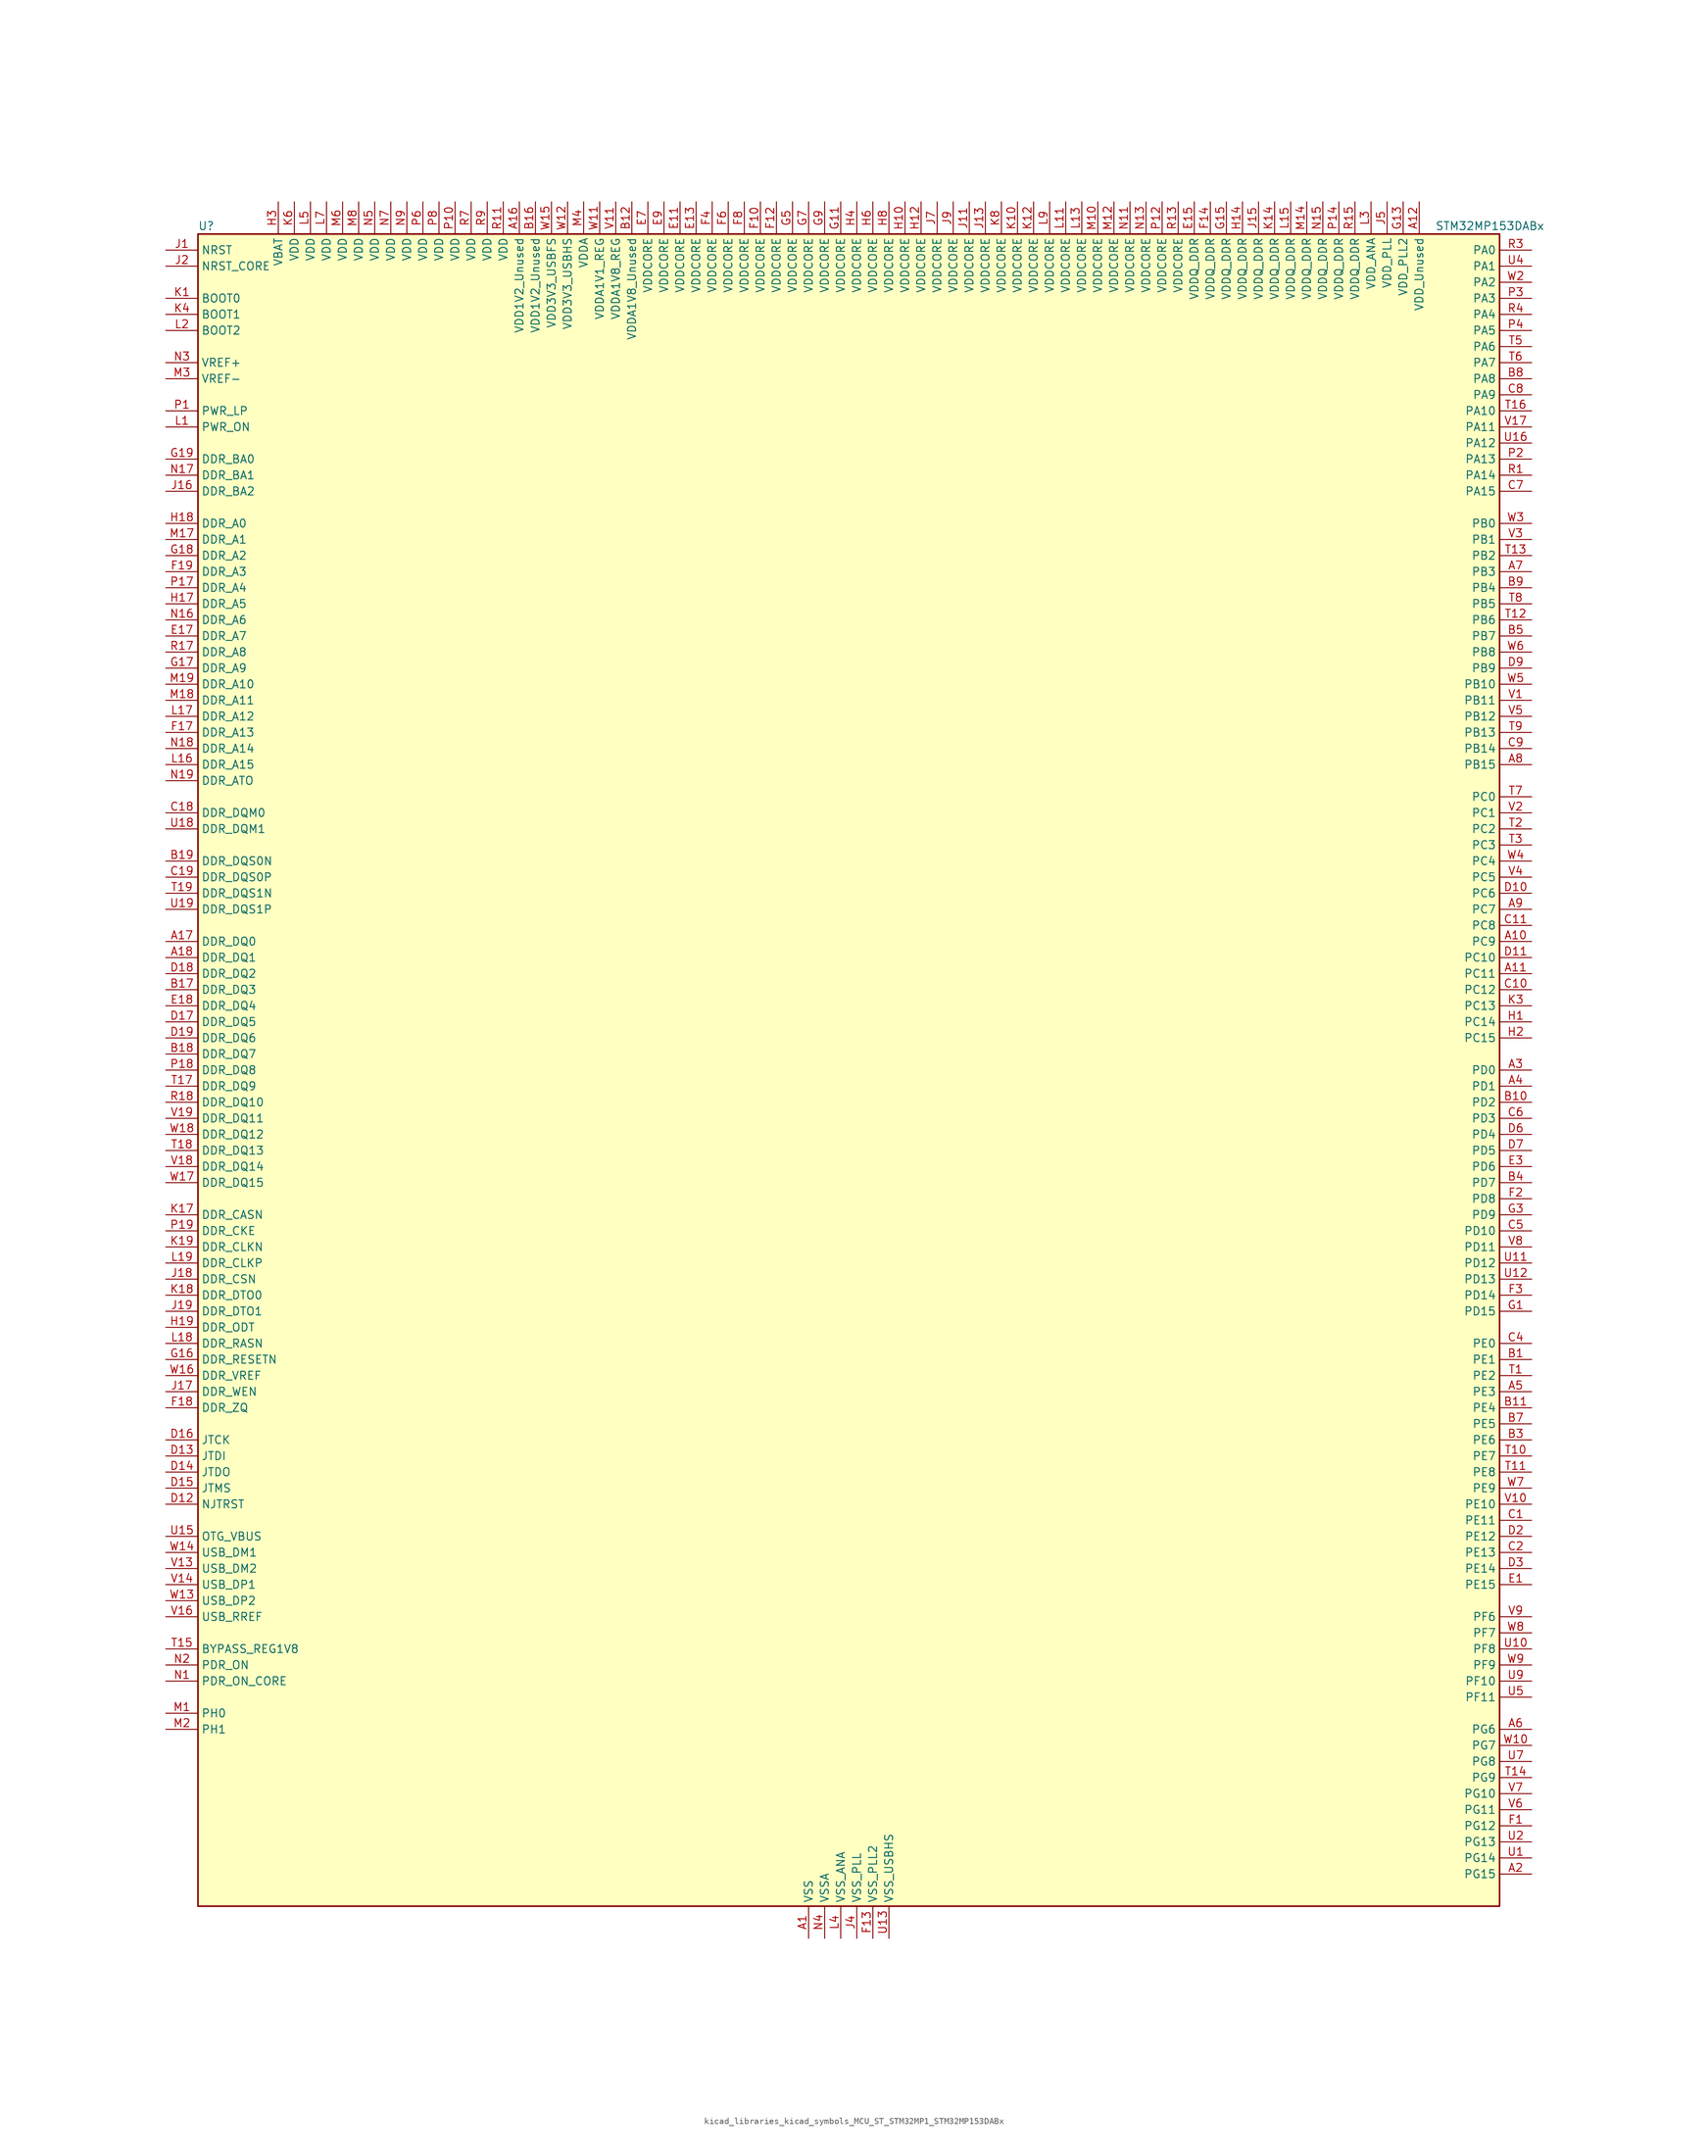
<source format=kicad_sym>
(kicad_symbol_lib
  (version 20220914)
  (generator kicad_symbol_editor)
  (symbol "kicad_libraries_kicad_symbols_MCU_ST_STM32MP1_STM32MP153DABx"
    (property "Reference" "U"
      (at -101.6 133.35 0)
      (effects (font (size 1.27 1.27)) (justify left)))
    (property "Value" "STM32MP153DABx"
      (at 93.98 133.35 0)
      (effects (font (size 1.27 1.27)) (justify left)))
    (property "ki_locked" ""
      (at 0 0 0)
      (effects (font (size 1.27 1.27))))
    (symbol "kicad_libraries_kicad_symbols_MCU_ST_STM32MP1_STM32MP153DABx_0_1"
      (rectangle (start -101.6 -132.08) (end 104.14 132.08) (stroke (width 0.254) (type default)) (fill (type background))))
    (symbol "kicad_libraries_kicad_symbols_MCU_ST_STM32MP1_STM32MP153DABx_1_1"
      (pin power_in line (at -5.08 -137.16 90) (length 5.08) (name "VSS" (effects (font (size 1.27 1.27)))) (number "A1" (effects (font (size 1.27 1.27)))))
      (pin bidirectional line (at 109.22 20.32 180) (length 5.08) (name "PC9" (effects (font (size 1.27 1.27)))) (number "A10" (effects (font (size 1.27 1.27)))) (alternate "DAC1_EXTI9" bidirectional line) (alternate "DCMI_D3" bidirectional line) (alternate "DEBUG_TRACED1" bidirectional line) (alternate "I2C3_SDA" bidirectional line) (alternate "I2S_CKIN" bidirectional line) (alternate "LTDC_B2" bidirectional line) (alternate "QUADSPI_BK1_IO0" bidirectional line) (alternate "SDMMC1_D1" bidirectional line) (alternate "TIM3_CH4" bidirectional line) (alternate "TIM8_CH4" bidirectional line) (alternate "UART5_CTS" bidirectional line))
      (pin bidirectional line (at 109.22 15.24 180) (length 5.08) (name "PC11" (effects (font (size 1.27 1.27)))) (number "A11" (effects (font (size 1.27 1.27)))) (alternate "ADC1_EXTI11" bidirectional line) (alternate "ADC2_EXTI11" bidirectional line) (alternate "DCMI_D4" bidirectional line) (alternate "DEBUG_TRACED3" bidirectional line) (alternate "DFSDM1_DATIN5" bidirectional line) (alternate "I2S3_SDI" bidirectional line) (alternate "QUADSPI_BK2_NCS" bidirectional line) (alternate "SAI4_SCK_B" bidirectional line) (alternate "SDMMC1_D3" bidirectional line) (alternate "SPI3_MISO" bidirectional line) (alternate "UART4_RX" bidirectional line) (alternate "USART3_RX" bidirectional line))
      (pin power_in line (at 91.44 137.16 270) (length 5.08) (name "VDD_Unused" (effects (font (size 1.27 1.27)))) (number "A12" (effects (font (size 1.27 1.27)))))
      (pin no_connect line (at -101.6 -132.08 0) (length 5.08) hide (name "DNU" (effects (font (size 1.27 1.27)))) (number "A13" (effects (font (size 1.27 1.27)))))
      (pin no_connect line (at -101.6 -129.54 0) (length 5.08) hide (name "DNU" (effects (font (size 1.27 1.27)))) (number "A14" (effects (font (size 1.27 1.27)))))
      (pin no_connect line (at -101.6 -127 0) (length 5.08) hide (name "DNU" (effects (font (size 1.27 1.27)))) (number "A15" (effects (font (size 1.27 1.27)))))
      (pin power_in line (at -50.8 137.16 270) (length 5.08) (name "VDD1V2_Unused" (effects (font (size 1.27 1.27)))) (number "A16" (effects (font (size 1.27 1.27)))))
      (pin bidirectional line (at -106.68 20.32 0) (length 5.08) (name "DDR_DQ0" (effects (font (size 1.27 1.27)))) (number "A17" (effects (font (size 1.27 1.27)))) (alternate "DDR_DQ0" bidirectional line))
      (pin bidirectional line (at -106.68 17.78 0) (length 5.08) (name "DDR_DQ1" (effects (font (size 1.27 1.27)))) (number "A18" (effects (font (size 1.27 1.27)))) (alternate "DDR_DQ1" bidirectional line))
      (pin passive line (at -5.08 -137.16 90) (length 5.08) hide (name "VSS" (effects (font (size 1.27 1.27)))) (number "A19" (effects (font (size 1.27 1.27)))))
      (pin bidirectional line (at 109.22 -127 180) (length 5.08) (name "PG15" (effects (font (size 1.27 1.27)))) (number "A2" (effects (font (size 1.27 1.27)))) (alternate "ADC1_EXTI15" bidirectional line) (alternate "ADC2_EXTI15" bidirectional line) (alternate "DCMI_D13" bidirectional line) (alternate "DEBUG_TRACED7" bidirectional line) (alternate "I2C2_SDA" bidirectional line) (alternate "SAI1_D2" bidirectional line) (alternate "SAI1_FS_A" bidirectional line) (alternate "SDMMC3_CK" bidirectional line) (alternate "USART6_CTS" bidirectional line) (alternate "USART6_NSS" bidirectional line))
      (pin bidirectional line (at 109.22 0 180) (length 5.08) (name "PD0" (effects (font (size 1.27 1.27)))) (number "A3" (effects (font (size 1.27 1.27)))) (alternate "DFSDM1_CKIN6" bidirectional line) (alternate "DFSDM1_DATIN7" bidirectional line) (alternate "FDCAN1_RX" bidirectional line) (alternate "FMC_D2" bidirectional line) (alternate "FMC_DA2" bidirectional line) (alternate "I2C5_SDA" bidirectional line) (alternate "I2C6_SDA" bidirectional line) (alternate "SAI3_SCK_A" bidirectional line) (alternate "SDMMC3_CMD" bidirectional line) (alternate "UART4_RX" bidirectional line))
      (pin bidirectional line (at 109.22 -2.54 180) (length 5.08) (name "PD1" (effects (font (size 1.27 1.27)))) (number "A4" (effects (font (size 1.27 1.27)))) (alternate "DFSDM1_CKIN7" bidirectional line) (alternate "DFSDM1_DATIN6" bidirectional line) (alternate "FDCAN1_TX" bidirectional line) (alternate "FMC_D3" bidirectional line) (alternate "FMC_DA3" bidirectional line) (alternate "I2C5_SCL" bidirectional line) (alternate "I2C6_SCL" bidirectional line) (alternate "SAI3_SD_A" bidirectional line) (alternate "SDMMC3_D0" bidirectional line) (alternate "UART4_TX" bidirectional line))
      (pin bidirectional line (at 109.22 -50.8 180) (length 5.08) (name "PE3" (effects (font (size 1.27 1.27)))) (number "A5" (effects (font (size 1.27 1.27)))) (alternate "DEBUG_TRACED0" bidirectional line) (alternate "FMC_A19" bidirectional line) (alternate "SAI1_SD_B" bidirectional line) (alternate "SDMMC2_CK" bidirectional line) (alternate "TIM15_BKIN" bidirectional line))
      (pin bidirectional line (at 109.22 -104.14 180) (length 5.08) (name "PG6" (effects (font (size 1.27 1.27)))) (number "A6" (effects (font (size 1.27 1.27)))) (alternate "DCMI_D12" bidirectional line) (alternate "DEBUG_TRACED14" bidirectional line) (alternate "LTDC_R7" bidirectional line) (alternate "SDMMC2_CMD" bidirectional line) (alternate "TIM17_BKIN" bidirectional line))
      (pin bidirectional line (at 109.22 78.74 180) (length 5.08) (name "PB3" (effects (font (size 1.27 1.27)))) (number "A7" (effects (font (size 1.27 1.27)))) (alternate "DEBUG_TRACED9" bidirectional line) (alternate "I2S1_CK" bidirectional line) (alternate "I2S3_CK" bidirectional line) (alternate "SAI4_CK1" bidirectional line) (alternate "SAI4_MCLK_A" bidirectional line) (alternate "SDMMC2_D2" bidirectional line) (alternate "SPI1_SCK" bidirectional line) (alternate "SPI3_SCK" bidirectional line) (alternate "SPI6_SCK" bidirectional line) (alternate "TIM2_CH2" bidirectional line) (alternate "UART7_RX" bidirectional line))
      (pin bidirectional line (at 109.22 48.26 180) (length 5.08) (name "PB15" (effects (font (size 1.27 1.27)))) (number "A8" (effects (font (size 1.27 1.27)))) (alternate "ADC1_EXTI15" bidirectional line) (alternate "ADC2_EXTI15" bidirectional line) (alternate "DFSDM1_CKIN2" bidirectional line) (alternate "I2S2_SDO" bidirectional line) (alternate "RTC_REFIN" bidirectional line) (alternate "SDMMC2_D1" bidirectional line) (alternate "SPI2_MOSI" bidirectional line) (alternate "TIM12_CH2" bidirectional line) (alternate "TIM1_CH3N" bidirectional line) (alternate "TIM8_CH3N" bidirectional line) (alternate "USART1_RX" bidirectional line))
      (pin bidirectional line (at 109.22 25.4 180) (length 5.08) (name "PC7" (effects (font (size 1.27 1.27)))) (number "A9" (effects (font (size 1.27 1.27)))) (alternate "DCMI_D1" bidirectional line) (alternate "DFSDM1_DATIN3" bidirectional line) (alternate "HDP_HDP4" bidirectional line) (alternate "I2S3_MCK" bidirectional line) (alternate "LTDC_G6" bidirectional line) (alternate "SDMMC1_D123DIR" bidirectional line) (alternate "SDMMC1_D7" bidirectional line) (alternate "SDMMC2_D123DIR" bidirectional line) (alternate "SDMMC2_D7" bidirectional line) (alternate "TIM3_CH2" bidirectional line) (alternate "TIM8_CH2" bidirectional line) (alternate "USART6_RX" bidirectional line))
      (pin bidirectional line (at 109.22 -45.72 180) (length 5.08) (name "PE1" (effects (font (size 1.27 1.27)))) (number "B1" (effects (font (size 1.27 1.27)))) (alternate "DCMI_D3" bidirectional line) (alternate "FMC_NBL1" bidirectional line) (alternate "I2S2_MCK" bidirectional line) (alternate "LPTIM1_IN2" bidirectional line) (alternate "SAI3_SD_B" bidirectional line) (alternate "UART8_TX" bidirectional line))
      (pin bidirectional line (at 109.22 -5.08 180) (length 5.08) (name "PD2" (effects (font (size 1.27 1.27)))) (number "B10" (effects (font (size 1.27 1.27)))) (alternate "DCMI_D11" bidirectional line) (alternate "I2C5_SMBA" bidirectional line) (alternate "SDMMC1_CMD" bidirectional line) (alternate "TIM3_ETR" bidirectional line) (alternate "UART4_RX" bidirectional line) (alternate "UART5_RX" bidirectional line))
      (pin bidirectional line (at 109.22 -53.34 180) (length 5.08) (name "PE4" (effects (font (size 1.27 1.27)))) (number "B11" (effects (font (size 1.27 1.27)))) (alternate "DCMI_D4" bidirectional line) (alternate "DEBUG_TRACED1" bidirectional line) (alternate "DFSDM1_DATIN3" bidirectional line) (alternate "FMC_A20" bidirectional line) (alternate "LTDC_B0" bidirectional line) (alternate "SAI1_D2" bidirectional line) (alternate "SAI1_FS_A" bidirectional line) (alternate "SDMMC1_CKIN" bidirectional line) (alternate "SDMMC1_D4" bidirectional line) (alternate "SDMMC2_CKIN" bidirectional line) (alternate "SDMMC2_D4" bidirectional line) (alternate "SPI4_NSS" bidirectional line) (alternate "TIM15_CH1N" bidirectional line))
      (pin power_in line (at -33.02 137.16 270) (length 5.08) (name "VDDA1V8_Unused" (effects (font (size 1.27 1.27)))) (number "B12" (effects (font (size 1.27 1.27)))))
      (pin no_connect line (at -101.6 -124.46 0) (length 5.08) hide (name "DNU" (effects (font (size 1.27 1.27)))) (number "B13" (effects (font (size 1.27 1.27)))))
      (pin no_connect line (at -101.6 -121.92 0) (length 5.08) hide (name "DNU" (effects (font (size 1.27 1.27)))) (number "B14" (effects (font (size 1.27 1.27)))))
      (pin no_connect line (at -101.6 -119.38 0) (length 5.08) hide (name "DNU" (effects (font (size 1.27 1.27)))) (number "B15" (effects (font (size 1.27 1.27)))))
      (pin power_in line (at -48.26 137.16 270) (length 5.08) (name "VDD1V2_Unused" (effects (font (size 1.27 1.27)))) (number "B16" (effects (font (size 1.27 1.27)))))
      (pin bidirectional line (at -106.68 12.7 0) (length 5.08) (name "DDR_DQ3" (effects (font (size 1.27 1.27)))) (number "B17" (effects (font (size 1.27 1.27)))) (alternate "DDR_DQ3" bidirectional line))
      (pin bidirectional line (at -106.68 2.54 0) (length 5.08) (name "DDR_DQ7" (effects (font (size 1.27 1.27)))) (number "B18" (effects (font (size 1.27 1.27)))) (alternate "DDR_DQ7" bidirectional line))
      (pin bidirectional line (at -106.68 33.02 0) (length 5.08) (name "DDR_DQS0N" (effects (font (size 1.27 1.27)))) (number "B19" (effects (font (size 1.27 1.27)))) (alternate "DDR_DQS0N" bidirectional line))
      (pin passive line (at -5.08 -137.16 90) (length 5.08) hide (name "VSS" (effects (font (size 1.27 1.27)))) (number "B2" (effects (font (size 1.27 1.27)))))
      (pin bidirectional line (at 109.22 -58.42 180) (length 5.08) (name "PE6" (effects (font (size 1.27 1.27)))) (number "B3" (effects (font (size 1.27 1.27)))) (alternate "DCMI_D7" bidirectional line) (alternate "DEBUG_TRACED2" bidirectional line) (alternate "FMC_A22" bidirectional line) (alternate "LTDC_G1" bidirectional line) (alternate "SAI1_D1" bidirectional line) (alternate "SAI1_SD_A" bidirectional line) (alternate "SAI2_MCLK_B" bidirectional line) (alternate "SDMMC1_D2" bidirectional line) (alternate "SDMMC2_D0" bidirectional line) (alternate "SPI4_MOSI" bidirectional line) (alternate "TIM15_CH2" bidirectional line) (alternate "TIM1_BKIN2" bidirectional line))
      (pin bidirectional line (at 109.22 -17.78 180) (length 5.08) (name "PD7" (effects (font (size 1.27 1.27)))) (number "B4" (effects (font (size 1.27 1.27)))) (alternate "DEBUG_TRACED6" bidirectional line) (alternate "DFSDM1_CKIN1" bidirectional line) (alternate "DFSDM1_DATIN4" bidirectional line) (alternate "FMC_NE1" bidirectional line) (alternate "I2C2_SCL" bidirectional line) (alternate "SDMMC3_D3" bidirectional line) (alternate "SPDIFRX_IN0" bidirectional line) (alternate "USART2_CK" bidirectional line))
      (pin bidirectional line (at 109.22 68.58 180) (length 5.08) (name "PB7" (effects (font (size 1.27 1.27)))) (number "B5" (effects (font (size 1.27 1.27)))) (alternate "DCMI_VSYNC" bidirectional line) (alternate "DFSDM1_CKIN5" bidirectional line) (alternate "FMC_NL" bidirectional line) (alternate "I2C1_SDA" bidirectional line) (alternate "I2C4_SDA" bidirectional line) (alternate "SDMMC2_D1" bidirectional line) (alternate "TIM17_CH1N" bidirectional line) (alternate "TIM4_CH2" bidirectional line) (alternate "USART1_RX" bidirectional line))
      (pin passive line (at -5.08 -137.16 90) (length 5.08) hide (name "VSS" (effects (font (size 1.27 1.27)))) (number "B6" (effects (font (size 1.27 1.27)))))
      (pin bidirectional line (at 109.22 -55.88 180) (length 5.08) (name "PE5" (effects (font (size 1.27 1.27)))) (number "B7" (effects (font (size 1.27 1.27)))) (alternate "DCMI_D6" bidirectional line) (alternate "DEBUG_TRACED3" bidirectional line) (alternate "DFSDM1_CKIN3" bidirectional line) (alternate "FMC_A21" bidirectional line) (alternate "LTDC_G0" bidirectional line) (alternate "SAI1_CK2" bidirectional line) (alternate "SAI1_SCK_A" bidirectional line) (alternate "SDMMC1_D0DIR" bidirectional line) (alternate "SDMMC1_D6" bidirectional line) (alternate "SDMMC2_D0DIR" bidirectional line) (alternate "SDMMC2_D6" bidirectional line) (alternate "SPI4_MISO" bidirectional line) (alternate "TIM15_CH1" bidirectional line))
      (pin bidirectional line (at 109.22 109.22 180) (length 5.08) (name "PA8" (effects (font (size 1.27 1.27)))) (number "B8" (effects (font (size 1.27 1.27)))) (alternate "I2C3_SCL" bidirectional line) (alternate "I2S3_SDO" bidirectional line) (alternate "LTDC_R6" bidirectional line) (alternate "RCC_MCO_1" bidirectional line) (alternate "SAI4_SD_B" bidirectional line) (alternate "SDMMC2_CKIN" bidirectional line) (alternate "SDMMC2_D4" bidirectional line) (alternate "SPI3_MOSI" bidirectional line) (alternate "TIM1_CH1" bidirectional line) (alternate "TIM8_BKIN2" bidirectional line) (alternate "UART7_RX" bidirectional line) (alternate "USART1_CK" bidirectional line) (alternate "USB_OTG_HS_SOF" bidirectional line))
      (pin bidirectional line (at 109.22 76.2 180) (length 5.08) (name "PB4" (effects (font (size 1.27 1.27)))) (number "B9" (effects (font (size 1.27 1.27)))) (alternate "DEBUG_TRACED8" bidirectional line) (alternate "I2S1_SDI" bidirectional line) (alternate "I2S2_WS" bidirectional line) (alternate "I2S3_SDI" bidirectional line) (alternate "SAI4_CK2" bidirectional line) (alternate "SAI4_SCK_A" bidirectional line) (alternate "SDMMC2_D3" bidirectional line) (alternate "SPI1_MISO" bidirectional line) (alternate "SPI2_NSS" bidirectional line) (alternate "SPI3_MISO" bidirectional line) (alternate "SPI6_MISO" bidirectional line) (alternate "TIM16_BKIN" bidirectional line) (alternate "TIM3_CH1" bidirectional line) (alternate "UART7_TX" bidirectional line))
      (pin bidirectional line (at 109.22 -71.12 180) (length 5.08) (name "PE11" (effects (font (size 1.27 1.27)))) (number "C1" (effects (font (size 1.27 1.27)))) (alternate "ADC1_EXTI11" bidirectional line) (alternate "ADC2_EXTI11" bidirectional line) (alternate "DCMI_D4" bidirectional line) (alternate "DFSDM1_CKIN4" bidirectional line) (alternate "FMC_D8" bidirectional line) (alternate "FMC_DA8" bidirectional line) (alternate "LTDC_G3" bidirectional line) (alternate "SAI2_SD_B" bidirectional line) (alternate "SPI4_NSS" bidirectional line) (alternate "TIM1_CH2" bidirectional line) (alternate "USART6_CK" bidirectional line))
      (pin bidirectional line (at 109.22 12.7 180) (length 5.08) (name "PC12" (effects (font (size 1.27 1.27)))) (number "C10" (effects (font (size 1.27 1.27)))) (alternate "DCMI_D9" bidirectional line) (alternate "DEBUG_TRACECLK" bidirectional line) (alternate "I2S3_SDO" bidirectional line) (alternate "RCC_MCO_2" bidirectional line) (alternate "SAI4_D3" bidirectional line) (alternate "SAI4_SD_B" bidirectional line) (alternate "SDMMC1_CK" bidirectional line) (alternate "SPI3_MOSI" bidirectional line) (alternate "UART5_TX" bidirectional line) (alternate "USART3_CK" bidirectional line))
      (pin bidirectional line (at 109.22 22.86 180) (length 5.08) (name "PC8" (effects (font (size 1.27 1.27)))) (number "C11" (effects (font (size 1.27 1.27)))) (alternate "DCMI_D2" bidirectional line) (alternate "DEBUG_TRACED0" bidirectional line) (alternate "SDMMC1_D0" bidirectional line) (alternate "TIM3_CH3" bidirectional line) (alternate "TIM8_CH3" bidirectional line) (alternate "UART4_TX" bidirectional line) (alternate "UART5_DE" bidirectional line) (alternate "UART5_RTS" bidirectional line) (alternate "USART6_CK" bidirectional line))
      (pin passive line (at -5.08 -137.16 90) (length 5.08) hide (name "VSS" (effects (font (size 1.27 1.27)))) (number "C12" (effects (font (size 1.27 1.27)))))
      (pin passive line (at -5.08 -137.16 90) (length 5.08) hide (name "VSS" (effects (font (size 1.27 1.27)))) (number "C13" (effects (font (size 1.27 1.27)))))
      (pin passive line (at -5.08 -137.16 90) (length 5.08) hide (name "VSS" (effects (font (size 1.27 1.27)))) (number "C14" (effects (font (size 1.27 1.27)))))
      (pin passive line (at -5.08 -137.16 90) (length 5.08) hide (name "VSS" (effects (font (size 1.27 1.27)))) (number "C15" (effects (font (size 1.27 1.27)))))
      (pin passive line (at -5.08 -137.16 90) (length 5.08) hide (name "VSS" (effects (font (size 1.27 1.27)))) (number "C16" (effects (font (size 1.27 1.27)))))
      (pin passive line (at -5.08 -137.16 90) (length 5.08) hide (name "VSS" (effects (font (size 1.27 1.27)))) (number "C17" (effects (font (size 1.27 1.27)))))
      (pin bidirectional line (at -106.68 40.64 0) (length 5.08) (name "DDR_DQM0" (effects (font (size 1.27 1.27)))) (number "C18" (effects (font (size 1.27 1.27)))) (alternate "DDR_DQM0" bidirectional line))
      (pin bidirectional line (at -106.68 30.48 0) (length 5.08) (name "DDR_DQS0P" (effects (font (size 1.27 1.27)))) (number "C19" (effects (font (size 1.27 1.27)))) (alternate "DDR_DQS0P" bidirectional line))
      (pin bidirectional line (at 109.22 -76.2 180) (length 5.08) (name "PE13" (effects (font (size 1.27 1.27)))) (number "C2" (effects (font (size 1.27 1.27)))) (alternate "DCMI_D6" bidirectional line) (alternate "DFSDM1_CKIN5" bidirectional line) (alternate "FMC_D10" bidirectional line) (alternate "FMC_DA10" bidirectional line) (alternate "HDP_HDP2" bidirectional line) (alternate "LTDC_DE" bidirectional line) (alternate "SAI2_FS_B" bidirectional line) (alternate "SPI4_MISO" bidirectional line) (alternate "TIM1_CH3" bidirectional line))
      (pin passive line (at -5.08 -137.16 90) (length 5.08) hide (name "VSS" (effects (font (size 1.27 1.27)))) (number "C3" (effects (font (size 1.27 1.27)))))
      (pin bidirectional line (at 109.22 -43.18 180) (length 5.08) (name "PE0" (effects (font (size 1.27 1.27)))) (number "C4" (effects (font (size 1.27 1.27)))) (alternate "DCMI_D2" bidirectional line) (alternate "FMC_NBL0" bidirectional line) (alternate "I2S3_CK" bidirectional line) (alternate "LPTIM1_ETR" bidirectional line) (alternate "LPTIM2_ETR" bidirectional line) (alternate "SAI2_MCLK_A" bidirectional line) (alternate "SAI4_MCLK_B" bidirectional line) (alternate "SPI3_SCK" bidirectional line) (alternate "TIM4_ETR" bidirectional line) (alternate "UART8_RX" bidirectional line))
      (pin bidirectional line (at 109.22 -25.4 180) (length 5.08) (name "PD10" (effects (font (size 1.27 1.27)))) (number "C5" (effects (font (size 1.27 1.27)))) (alternate "DFSDM1_CKOUT" bidirectional line) (alternate "FMC_D15" bidirectional line) (alternate "FMC_DA15" bidirectional line) (alternate "I2C5_SMBA" bidirectional line) (alternate "I2S3_SDI" bidirectional line) (alternate "LTDC_B3" bidirectional line) (alternate "RTC_REFIN" bidirectional line) (alternate "SAI3_FS_B" bidirectional line) (alternate "SPI3_MISO" bidirectional line) (alternate "TIM16_BKIN" bidirectional line) (alternate "USART3_CK" bidirectional line))
      (pin bidirectional line (at 109.22 -7.62 180) (length 5.08) (name "PD3" (effects (font (size 1.27 1.27)))) (number "C6" (effects (font (size 1.27 1.27)))) (alternate "DCMI_D5" bidirectional line) (alternate "DFSDM1_CKOUT" bidirectional line) (alternate "DFSDM1_DATIN0" bidirectional line) (alternate "FMC_CLK" bidirectional line) (alternate "HDP_HDP5" bidirectional line) (alternate "I2S2_CK" bidirectional line) (alternate "LTDC_G7" bidirectional line) (alternate "SDMMC1_D123DIR" bidirectional line) (alternate "SDMMC1_D7" bidirectional line) (alternate "SDMMC2_D123DIR" bidirectional line) (alternate "SDMMC2_D7" bidirectional line) (alternate "SPI2_SCK" bidirectional line) (alternate "USART2_CTS" bidirectional line) (alternate "USART2_NSS" bidirectional line))
      (pin bidirectional line (at 109.22 91.44 180) (length 5.08) (name "PA15" (effects (font (size 1.27 1.27)))) (number "C7" (effects (font (size 1.27 1.27)))) (alternate "ADC1_EXTI15" bidirectional line) (alternate "ADC2_EXTI15" bidirectional line) (alternate "CEC" bidirectional line) (alternate "DEBUG_DBTRGI" bidirectional line) (alternate "I2S1_WS" bidirectional line) (alternate "I2S3_WS" bidirectional line) (alternate "LTDC_R1" bidirectional line) (alternate "SAI4_D2" bidirectional line) (alternate "SAI4_FS_A" bidirectional line) (alternate "SDMMC1_CDIR" bidirectional line) (alternate "SDMMC1_D5" bidirectional line) (alternate "SDMMC2_CDIR" bidirectional line) (alternate "SDMMC2_D5" bidirectional line) (alternate "SPI1_NSS" bidirectional line) (alternate "SPI3_NSS" bidirectional line) (alternate "SPI6_NSS" bidirectional line) (alternate "TIM2_CH1" bidirectional line) (alternate "TIM2_ETR" bidirectional line) (alternate "UART4_DE" bidirectional line) (alternate "UART4_RTS" bidirectional line) (alternate "UART7_TX" bidirectional line))
      (pin bidirectional line (at 109.22 106.68 180) (length 5.08) (name "PA9" (effects (font (size 1.27 1.27)))) (number "C8" (effects (font (size 1.27 1.27)))) (alternate "DAC1_EXTI9" bidirectional line) (alternate "DCMI_D0" bidirectional line) (alternate "I2C3_SMBA" bidirectional line) (alternate "I2S2_CK" bidirectional line) (alternate "LTDC_R5" bidirectional line) (alternate "SDMMC2_CDIR" bidirectional line) (alternate "SDMMC2_D5" bidirectional line) (alternate "SPI2_SCK" bidirectional line) (alternate "TIM1_CH2" bidirectional line) (alternate "USART1_TX" bidirectional line))
      (pin bidirectional line (at 109.22 50.8 180) (length 5.08) (name "PB14" (effects (font (size 1.27 1.27)))) (number "C9" (effects (font (size 1.27 1.27)))) (alternate "DFSDM1_DATIN2" bidirectional line) (alternate "I2S2_SDI" bidirectional line) (alternate "SDMMC2_D0" bidirectional line) (alternate "SPI2_MISO" bidirectional line) (alternate "TIM12_CH1" bidirectional line) (alternate "TIM1_CH2N" bidirectional line) (alternate "TIM8_CH2N" bidirectional line) (alternate "USART1_TX" bidirectional line) (alternate "USART3_DE" bidirectional line) (alternate "USART3_RTS" bidirectional line))
      (pin passive line (at -5.08 -137.16 90) (length 5.08) hide (name "VSS" (effects (font (size 1.27 1.27)))) (number "D1" (effects (font (size 1.27 1.27)))))
      (pin bidirectional line (at 109.22 27.94 180) (length 5.08) (name "PC6" (effects (font (size 1.27 1.27)))) (number "D10" (effects (font (size 1.27 1.27)))) (alternate "DCMI_D0" bidirectional line) (alternate "DFSDM1_CKIN3" bidirectional line) (alternate "HDP_HDP1" bidirectional line) (alternate "I2S2_MCK" bidirectional line) (alternate "LTDC_HSYNC" bidirectional line) (alternate "SDMMC1_D0DIR" bidirectional line) (alternate "SDMMC1_D6" bidirectional line) (alternate "SDMMC2_D0DIR" bidirectional line) (alternate "SDMMC2_D6" bidirectional line) (alternate "TIM3_CH1" bidirectional line) (alternate "TIM8_CH1" bidirectional line) (alternate "USART6_TX" bidirectional line))
      (pin bidirectional line (at 109.22 17.78 180) (length 5.08) (name "PC10" (effects (font (size 1.27 1.27)))) (number "D11" (effects (font (size 1.27 1.27)))) (alternate "DCMI_D8" bidirectional line) (alternate "DEBUG_TRACED2" bidirectional line) (alternate "DFSDM1_CKIN5" bidirectional line) (alternate "I2S3_CK" bidirectional line) (alternate "LTDC_R2" bidirectional line) (alternate "QUADSPI_BK1_IO1" bidirectional line) (alternate "SAI4_MCLK_B" bidirectional line) (alternate "SDMMC1_D2" bidirectional line) (alternate "SPI3_SCK" bidirectional line) (alternate "UART4_TX" bidirectional line) (alternate "USART3_TX" bidirectional line))
      (pin bidirectional line (at -106.68 -68.58 0) (length 5.08) (name "NJTRST" (effects (font (size 1.27 1.27)))) (number "D12" (effects (font (size 1.27 1.27)))) (alternate "DEBUG_JTRST" bidirectional line))
      (pin bidirectional line (at -106.68 -60.96 0) (length 5.08) (name "JTDI" (effects (font (size 1.27 1.27)))) (number "D13" (effects (font (size 1.27 1.27)))) (alternate "DEBUG_JTDI" bidirectional line))
      (pin bidirectional line (at -106.68 -63.5 0) (length 5.08) (name "JTDO" (effects (font (size 1.27 1.27)))) (number "D14" (effects (font (size 1.27 1.27)))) (alternate "DEBUG_JTDO-SWO" bidirectional line))
      (pin bidirectional line (at -106.68 -66.04 0) (length 5.08) (name "JTMS" (effects (font (size 1.27 1.27)))) (number "D15" (effects (font (size 1.27 1.27)))) (alternate "DEBUG_JTMS-SWDIO" bidirectional line))
      (pin bidirectional line (at -106.68 -58.42 0) (length 5.08) (name "JTCK" (effects (font (size 1.27 1.27)))) (number "D16" (effects (font (size 1.27 1.27)))) (alternate "DEBUG_JTCK-SWCLK" bidirectional line))
      (pin bidirectional line (at -106.68 7.62 0) (length 5.08) (name "DDR_DQ5" (effects (font (size 1.27 1.27)))) (number "D17" (effects (font (size 1.27 1.27)))) (alternate "DDR_DQ5" bidirectional line))
      (pin bidirectional line (at -106.68 15.24 0) (length 5.08) (name "DDR_DQ2" (effects (font (size 1.27 1.27)))) (number "D18" (effects (font (size 1.27 1.27)))) (alternate "DDR_DQ2" bidirectional line))
      (pin bidirectional line (at -106.68 5.08 0) (length 5.08) (name "DDR_DQ6" (effects (font (size 1.27 1.27)))) (number "D19" (effects (font (size 1.27 1.27)))) (alternate "DDR_DQ6" bidirectional line))
      (pin bidirectional line (at 109.22 -73.66 180) (length 5.08) (name "PE12" (effects (font (size 1.27 1.27)))) (number "D2" (effects (font (size 1.27 1.27)))) (alternate "DFSDM1_DATIN5" bidirectional line) (alternate "FMC_D9" bidirectional line) (alternate "FMC_DA9" bidirectional line) (alternate "LTDC_B4" bidirectional line) (alternate "SAI2_SCK_B" bidirectional line) (alternate "SDMMC1_D0DIR" bidirectional line) (alternate "SPI4_SCK" bidirectional line) (alternate "TIM1_CH3N" bidirectional line))
      (pin bidirectional line (at 109.22 -78.74 180) (length 5.08) (name "PE14" (effects (font (size 1.27 1.27)))) (number "D3" (effects (font (size 1.27 1.27)))) (alternate "FMC_D11" bidirectional line) (alternate "FMC_DA11" bidirectional line) (alternate "LTDC_CLK" bidirectional line) (alternate "LTDC_G0" bidirectional line) (alternate "SAI2_MCLK_B" bidirectional line) (alternate "SDMMC1_D123DIR" bidirectional line) (alternate "SPI4_MOSI" bidirectional line) (alternate "TIM1_CH4" bidirectional line) (alternate "UART8_DE" bidirectional line) (alternate "UART8_RTS" bidirectional line))
      (pin passive line (at -5.08 -137.16 90) (length 5.08) hide (name "VSS" (effects (font (size 1.27 1.27)))) (number "D4" (effects (font (size 1.27 1.27)))))
      (pin passive line (at -5.08 -137.16 90) (length 5.08) hide (name "VSS" (effects (font (size 1.27 1.27)))) (number "D5" (effects (font (size 1.27 1.27)))))
      (pin bidirectional line (at 109.22 -10.16 180) (length 5.08) (name "PD4" (effects (font (size 1.27 1.27)))) (number "D6" (effects (font (size 1.27 1.27)))) (alternate "DFSDM1_CKIN0" bidirectional line) (alternate "FMC_NOE" bidirectional line) (alternate "SAI3_FS_A" bidirectional line) (alternate "SDMMC3_D1" bidirectional line) (alternate "USART2_DE" bidirectional line) (alternate "USART2_RTS" bidirectional line))
      (pin bidirectional line (at 109.22 -12.7 180) (length 5.08) (name "PD5" (effects (font (size 1.27 1.27)))) (number "D7" (effects (font (size 1.27 1.27)))) (alternate "FMC_NWE" bidirectional line) (alternate "SDMMC3_D2" bidirectional line) (alternate "USART2_TX" bidirectional line))
      (pin passive line (at -5.08 -137.16 90) (length 5.08) hide (name "VSS" (effects (font (size 1.27 1.27)))) (number "D8" (effects (font (size 1.27 1.27)))))
      (pin bidirectional line (at 109.22 63.5 180) (length 5.08) (name "PB9" (effects (font (size 1.27 1.27)))) (number "D9" (effects (font (size 1.27 1.27)))) (alternate "DAC1_EXTI9" bidirectional line) (alternate "DCMI_D7" bidirectional line) (alternate "DFSDM1_DATIN7" bidirectional line) (alternate "FDCAN1_TX" bidirectional line) (alternate "HDP_HDP7" bidirectional line) (alternate "I2C1_SDA" bidirectional line) (alternate "I2C4_SDA" bidirectional line) (alternate "I2S2_WS" bidirectional line) (alternate "LTDC_B7" bidirectional line) (alternate "SDMMC1_CDIR" bidirectional line) (alternate "SDMMC1_D5" bidirectional line) (alternate "SDMMC2_CDIR" bidirectional line) (alternate "SDMMC2_D5" bidirectional line) (alternate "SPI2_NSS" bidirectional line) (alternate "TIM17_CH1" bidirectional line) (alternate "TIM4_CH4" bidirectional line) (alternate "UART4_TX" bidirectional line))
      (pin bidirectional line (at 109.22 -81.28 180) (length 5.08) (name "PE15" (effects (font (size 1.27 1.27)))) (number "E1" (effects (font (size 1.27 1.27)))) (alternate "ADC1_EXTI15" bidirectional line) (alternate "ADC2_EXTI15" bidirectional line) (alternate "FMC_D12" bidirectional line) (alternate "FMC_DA12" bidirectional line) (alternate "FMC_NCE2" bidirectional line) (alternate "HDP_HDP3" bidirectional line) (alternate "LTDC_R7" bidirectional line) (alternate "TIM15_BKIN" bidirectional line) (alternate "TIM1_BKIN" bidirectional line) (alternate "UART8_CTS" bidirectional line) (alternate "USART2_CTS" bidirectional line) (alternate "USART2_NSS" bidirectional line))
      (pin passive line (at -5.08 -137.16 90) (length 5.08) hide (name "VSS" (effects (font (size 1.27 1.27)))) (number "E10" (effects (font (size 1.27 1.27)))))
      (pin power_in line (at -25.4 137.16 270) (length 5.08) (name "VDDCORE" (effects (font (size 1.27 1.27)))) (number "E11" (effects (font (size 1.27 1.27)))))
      (pin passive line (at -5.08 -137.16 90) (length 5.08) hide (name "VSS" (effects (font (size 1.27 1.27)))) (number "E12" (effects (font (size 1.27 1.27)))))
      (pin power_in line (at -22.86 137.16 270) (length 5.08) (name "VDDCORE" (effects (font (size 1.27 1.27)))) (number "E13" (effects (font (size 1.27 1.27)))))
      (pin passive line (at -5.08 -137.16 90) (length 5.08) hide (name "VSS" (effects (font (size 1.27 1.27)))) (number "E14" (effects (font (size 1.27 1.27)))))
      (pin power_in line (at 55.88 137.16 270) (length 5.08) (name "VDDQ_DDR" (effects (font (size 1.27 1.27)))) (number "E15" (effects (font (size 1.27 1.27)))))
      (pin passive line (at -5.08 -137.16 90) (length 5.08) hide (name "VSS" (effects (font (size 1.27 1.27)))) (number "E16" (effects (font (size 1.27 1.27)))))
      (pin bidirectional line (at -106.68 68.58 0) (length 5.08) (name "DDR_A7" (effects (font (size 1.27 1.27)))) (number "E17" (effects (font (size 1.27 1.27)))) (alternate "DDR_A7" bidirectional line))
      (pin bidirectional line (at -106.68 10.16 0) (length 5.08) (name "DDR_DQ4" (effects (font (size 1.27 1.27)))) (number "E18" (effects (font (size 1.27 1.27)))) (alternate "DDR_DQ4" bidirectional line))
      (pin passive line (at -5.08 -137.16 90) (length 5.08) hide (name "VSS" (effects (font (size 1.27 1.27)))) (number "E2" (effects (font (size 1.27 1.27)))))
      (pin bidirectional line (at 109.22 -15.24 180) (length 5.08) (name "PD6" (effects (font (size 1.27 1.27)))) (number "E3" (effects (font (size 1.27 1.27)))) (alternate "DCMI_D10" bidirectional line) (alternate "DFSDM1_CKIN4" bidirectional line) (alternate "DFSDM1_DATIN1" bidirectional line) (alternate "FMC_NWAIT" bidirectional line) (alternate "I2S3_SDO" bidirectional line) (alternate "LTDC_B2" bidirectional line) (alternate "SAI1_D1" bidirectional line) (alternate "SAI1_SD_A" bidirectional line) (alternate "SPI3_MOSI" bidirectional line) (alternate "TIM16_CH1N" bidirectional line) (alternate "USART2_RX" bidirectional line))
      (pin passive line (at -5.08 -137.16 90) (length 5.08) hide (name "VSS" (effects (font (size 1.27 1.27)))) (number "E4" (effects (font (size 1.27 1.27)))))
      (pin passive line (at -5.08 -137.16 90) (length 5.08) hide (name "VSS" (effects (font (size 1.27 1.27)))) (number "E5" (effects (font (size 1.27 1.27)))))
      (pin passive line (at -5.08 -137.16 90) (length 5.08) hide (name "VSS" (effects (font (size 1.27 1.27)))) (number "E6" (effects (font (size 1.27 1.27)))))
      (pin power_in line (at -30.48 137.16 270) (length 5.08) (name "VDDCORE" (effects (font (size 1.27 1.27)))) (number "E7" (effects (font (size 1.27 1.27)))))
      (pin passive line (at -5.08 -137.16 90) (length 5.08) hide (name "VSS" (effects (font (size 1.27 1.27)))) (number "E8" (effects (font (size 1.27 1.27)))))
      (pin power_in line (at -27.94 137.16 270) (length 5.08) (name "VDDCORE" (effects (font (size 1.27 1.27)))) (number "E9" (effects (font (size 1.27 1.27)))))
      (pin bidirectional line (at 109.22 -119.38 180) (length 5.08) (name "PG12" (effects (font (size 1.27 1.27)))) (number "F1" (effects (font (size 1.27 1.27)))) (alternate "ETH1_PHY_INTN" bidirectional line) (alternate "FMC_NE4" bidirectional line) (alternate "LPTIM1_IN1" bidirectional line) (alternate "LTDC_B1" bidirectional line) (alternate "LTDC_B4" bidirectional line) (alternate "SAI4_CK2" bidirectional line) (alternate "SAI4_SCK_A" bidirectional line) (alternate "SPDIFRX_IN1" bidirectional line) (alternate "SPI6_MISO" bidirectional line) (alternate "USART6_DE" bidirectional line) (alternate "USART6_RTS" bidirectional line))
      (pin power_in line (at -12.7 137.16 270) (length 5.08) (name "VDDCORE" (effects (font (size 1.27 1.27)))) (number "F10" (effects (font (size 1.27 1.27)))))
      (pin passive line (at -5.08 -137.16 90) (length 5.08) hide (name "VSS" (effects (font (size 1.27 1.27)))) (number "F11" (effects (font (size 1.27 1.27)))))
      (pin power_in line (at -10.16 137.16 270) (length 5.08) (name "VDDCORE" (effects (font (size 1.27 1.27)))) (number "F12" (effects (font (size 1.27 1.27)))))
      (pin power_in line (at 5.08 -137.16 90) (length 5.08) (name "VSS_PLL2" (effects (font (size 1.27 1.27)))) (number "F13" (effects (font (size 1.27 1.27)))))
      (pin power_in line (at 58.42 137.16 270) (length 5.08) (name "VDDQ_DDR" (effects (font (size 1.27 1.27)))) (number "F14" (effects (font (size 1.27 1.27)))))
      (pin passive line (at -5.08 -137.16 90) (length 5.08) hide (name "VSS" (effects (font (size 1.27 1.27)))) (number "F15" (effects (font (size 1.27 1.27)))))
      (pin bidirectional line (at -106.68 53.34 0) (length 5.08) (name "DDR_A13" (effects (font (size 1.27 1.27)))) (number "F17" (effects (font (size 1.27 1.27)))) (alternate "DDR_A13" bidirectional line))
      (pin bidirectional line (at -106.68 -53.34 0) (length 5.08) (name "DDR_ZQ" (effects (font (size 1.27 1.27)))) (number "F18" (effects (font (size 1.27 1.27)))) (alternate "DDR_ZQ" bidirectional line))
      (pin bidirectional line (at -106.68 78.74 0) (length 5.08) (name "DDR_A3" (effects (font (size 1.27 1.27)))) (number "F19" (effects (font (size 1.27 1.27)))) (alternate "DDR_A3" bidirectional line))
      (pin bidirectional line (at 109.22 -20.32 180) (length 5.08) (name "PD8" (effects (font (size 1.27 1.27)))) (number "F2" (effects (font (size 1.27 1.27)))) (alternate "DFSDM1_CKIN3" bidirectional line) (alternate "FMC_D13" bidirectional line) (alternate "FMC_DA13" bidirectional line) (alternate "LTDC_B7" bidirectional line) (alternate "SAI3_SCK_B" bidirectional line) (alternate "SPDIFRX_IN1" bidirectional line) (alternate "USART3_TX" bidirectional line))
      (pin bidirectional line (at 109.22 -35.56 180) (length 5.08) (name "PD14" (effects (font (size 1.27 1.27)))) (number "F3" (effects (font (size 1.27 1.27)))) (alternate "FMC_D0" bidirectional line) (alternate "FMC_DA0" bidirectional line) (alternate "SAI3_MCLK_B" bidirectional line) (alternate "TIM4_CH3" bidirectional line) (alternate "UART8_CTS" bidirectional line))
      (pin power_in line (at -20.32 137.16 270) (length 5.08) (name "VDDCORE" (effects (font (size 1.27 1.27)))) (number "F4" (effects (font (size 1.27 1.27)))))
      (pin passive line (at -5.08 -137.16 90) (length 5.08) hide (name "VSS" (effects (font (size 1.27 1.27)))) (number "F5" (effects (font (size 1.27 1.27)))))
      (pin power_in line (at -17.78 137.16 270) (length 5.08) (name "VDDCORE" (effects (font (size 1.27 1.27)))) (number "F6" (effects (font (size 1.27 1.27)))))
      (pin passive line (at -5.08 -137.16 90) (length 5.08) hide (name "VSS" (effects (font (size 1.27 1.27)))) (number "F7" (effects (font (size 1.27 1.27)))))
      (pin power_in line (at -15.24 137.16 270) (length 5.08) (name "VDDCORE" (effects (font (size 1.27 1.27)))) (number "F8" (effects (font (size 1.27 1.27)))))
      (pin passive line (at -5.08 -137.16 90) (length 5.08) hide (name "VSS" (effects (font (size 1.27 1.27)))) (number "F9" (effects (font (size 1.27 1.27)))))
      (pin bidirectional line (at 109.22 -38.1 180) (length 5.08) (name "PD15" (effects (font (size 1.27 1.27)))) (number "G1" (effects (font (size 1.27 1.27)))) (alternate "ADC1_EXTI15" bidirectional line) (alternate "ADC2_EXTI15" bidirectional line) (alternate "FMC_D1" bidirectional line) (alternate "FMC_DA1" bidirectional line) (alternate "LTDC_R1" bidirectional line) (alternate "SAI3_MCLK_A" bidirectional line) (alternate "TIM4_CH4" bidirectional line) (alternate "UART8_CTS" bidirectional line))
      (pin passive line (at -5.08 -137.16 90) (length 5.08) hide (name "VSS" (effects (font (size 1.27 1.27)))) (number "G10" (effects (font (size 1.27 1.27)))))
      (pin power_in line (at 0 137.16 270) (length 5.08) (name "VDDCORE" (effects (font (size 1.27 1.27)))) (number "G11" (effects (font (size 1.27 1.27)))))
      (pin passive line (at -5.08 -137.16 90) (length 5.08) hide (name "VSS" (effects (font (size 1.27 1.27)))) (number "G12" (effects (font (size 1.27 1.27)))))
      (pin power_in line (at 88.9 137.16 270) (length 5.08) (name "VDD_PLL2" (effects (font (size 1.27 1.27)))) (number "G13" (effects (font (size 1.27 1.27)))))
      (pin passive line (at -5.08 -137.16 90) (length 5.08) hide (name "VSS" (effects (font (size 1.27 1.27)))) (number "G14" (effects (font (size 1.27 1.27)))))
      (pin power_in line (at 60.96 137.16 270) (length 5.08) (name "VDDQ_DDR" (effects (font (size 1.27 1.27)))) (number "G15" (effects (font (size 1.27 1.27)))))
      (pin bidirectional line (at -106.68 -45.72 0) (length 5.08) (name "DDR_RESETN" (effects (font (size 1.27 1.27)))) (number "G16" (effects (font (size 1.27 1.27)))) (alternate "DDR_RESETN" bidirectional line))
      (pin bidirectional line (at -106.68 63.5 0) (length 5.08) (name "DDR_A9" (effects (font (size 1.27 1.27)))) (number "G17" (effects (font (size 1.27 1.27)))) (alternate "DDR_A9" bidirectional line))
      (pin bidirectional line (at -106.68 81.28 0) (length 5.08) (name "DDR_A2" (effects (font (size 1.27 1.27)))) (number "G18" (effects (font (size 1.27 1.27)))) (alternate "DDR_A2" bidirectional line))
      (pin bidirectional line (at -106.68 96.52 0) (length 5.08) (name "DDR_BA0" (effects (font (size 1.27 1.27)))) (number "G19" (effects (font (size 1.27 1.27)))) (alternate "DDR_BA0" bidirectional line))
      (pin passive line (at -5.08 -137.16 90) (length 5.08) hide (name "VSS" (effects (font (size 1.27 1.27)))) (number "G2" (effects (font (size 1.27 1.27)))))
      (pin bidirectional line (at 109.22 -22.86 180) (length 5.08) (name "PD9" (effects (font (size 1.27 1.27)))) (number "G3" (effects (font (size 1.27 1.27)))) (alternate "DAC1_EXTI9" bidirectional line) (alternate "DCMI_HSYNC" bidirectional line) (alternate "DFSDM1_DATIN3" bidirectional line) (alternate "FMC_D14" bidirectional line) (alternate "FMC_DA14" bidirectional line) (alternate "LTDC_B0" bidirectional line) (alternate "SAI3_SD_B" bidirectional line) (alternate "USART3_RX" bidirectional line))
      (pin passive line (at -5.08 -137.16 90) (length 5.08) hide (name "VSS" (effects (font (size 1.27 1.27)))) (number "G4" (effects (font (size 1.27 1.27)))))
      (pin power_in line (at -7.62 137.16 270) (length 5.08) (name "VDDCORE" (effects (font (size 1.27 1.27)))) (number "G5" (effects (font (size 1.27 1.27)))))
      (pin passive line (at -5.08 -137.16 90) (length 5.08) hide (name "VSS" (effects (font (size 1.27 1.27)))) (number "G6" (effects (font (size 1.27 1.27)))))
      (pin power_in line (at -5.08 137.16 270) (length 5.08) (name "VDDCORE" (effects (font (size 1.27 1.27)))) (number "G7" (effects (font (size 1.27 1.27)))))
      (pin passive line (at -5.08 -137.16 90) (length 5.08) hide (name "VSS" (effects (font (size 1.27 1.27)))) (number "G8" (effects (font (size 1.27 1.27)))))
      (pin power_in line (at -2.54 137.16 270) (length 5.08) (name "VDDCORE" (effects (font (size 1.27 1.27)))) (number "G9" (effects (font (size 1.27 1.27)))))
      (pin bidirectional line (at 109.22 7.62 180) (length 5.08) (name "PC14" (effects (font (size 1.27 1.27)))) (number "H1" (effects (font (size 1.27 1.27)))) (alternate "RCC_OSC32_IN" bidirectional line))
      (pin power_in line (at 10.16 137.16 270) (length 5.08) (name "VDDCORE" (effects (font (size 1.27 1.27)))) (number "H10" (effects (font (size 1.27 1.27)))))
      (pin passive line (at -5.08 -137.16 90) (length 5.08) hide (name "VSS" (effects (font (size 1.27 1.27)))) (number "H11" (effects (font (size 1.27 1.27)))))
      (pin power_in line (at 12.7 137.16 270) (length 5.08) (name "VDDCORE" (effects (font (size 1.27 1.27)))) (number "H12" (effects (font (size 1.27 1.27)))))
      (pin passive line (at -5.08 -137.16 90) (length 5.08) hide (name "VSS" (effects (font (size 1.27 1.27)))) (number "H13" (effects (font (size 1.27 1.27)))))
      (pin power_in line (at 63.5 137.16 270) (length 5.08) (name "VDDQ_DDR" (effects (font (size 1.27 1.27)))) (number "H14" (effects (font (size 1.27 1.27)))))
      (pin passive line (at -5.08 -137.16 90) (length 5.08) hide (name "VSS" (effects (font (size 1.27 1.27)))) (number "H15" (effects (font (size 1.27 1.27)))))
      (pin bidirectional line (at -106.68 73.66 0) (length 5.08) (name "DDR_A5" (effects (font (size 1.27 1.27)))) (number "H17" (effects (font (size 1.27 1.27)))) (alternate "DDR_A5" bidirectional line))
      (pin bidirectional line (at -106.68 86.36 0) (length 5.08) (name "DDR_A0" (effects (font (size 1.27 1.27)))) (number "H18" (effects (font (size 1.27 1.27)))) (alternate "DDR_A0" bidirectional line))
      (pin bidirectional line (at -106.68 -40.64 0) (length 5.08) (name "DDR_ODT" (effects (font (size 1.27 1.27)))) (number "H19" (effects (font (size 1.27 1.27)))) (alternate "DDR_ODT" bidirectional line))
      (pin bidirectional line (at 109.22 5.08 180) (length 5.08) (name "PC15" (effects (font (size 1.27 1.27)))) (number "H2" (effects (font (size 1.27 1.27)))) (alternate "ADC1_EXTI15" bidirectional line) (alternate "ADC2_EXTI15" bidirectional line) (alternate "RCC_OSC32_OUT" bidirectional line))
      (pin power_in line (at -88.9 137.16 270) (length 5.08) (name "VBAT" (effects (font (size 1.27 1.27)))) (number "H3" (effects (font (size 1.27 1.27)))))
      (pin power_in line (at 2.54 137.16 270) (length 5.08) (name "VDDCORE" (effects (font (size 1.27 1.27)))) (number "H4" (effects (font (size 1.27 1.27)))))
      (pin passive line (at -5.08 -137.16 90) (length 5.08) hide (name "VSS" (effects (font (size 1.27 1.27)))) (number "H5" (effects (font (size 1.27 1.27)))))
      (pin power_in line (at 5.08 137.16 270) (length 5.08) (name "VDDCORE" (effects (font (size 1.27 1.27)))) (number "H6" (effects (font (size 1.27 1.27)))))
      (pin passive line (at -5.08 -137.16 90) (length 5.08) hide (name "VSS" (effects (font (size 1.27 1.27)))) (number "H7" (effects (font (size 1.27 1.27)))))
      (pin power_in line (at 7.62 137.16 270) (length 5.08) (name "VDDCORE" (effects (font (size 1.27 1.27)))) (number "H8" (effects (font (size 1.27 1.27)))))
      (pin passive line (at -5.08 -137.16 90) (length 5.08) hide (name "VSS" (effects (font (size 1.27 1.27)))) (number "H9" (effects (font (size 1.27 1.27)))))
      (pin input line (at -106.68 129.54 0) (length 5.08) (name "NRST" (effects (font (size 1.27 1.27)))) (number "J1" (effects (font (size 1.27 1.27)))))
      (pin passive line (at -5.08 -137.16 90) (length 5.08) hide (name "VSS" (effects (font (size 1.27 1.27)))) (number "J10" (effects (font (size 1.27 1.27)))))
      (pin power_in line (at 20.32 137.16 270) (length 5.08) (name "VDDCORE" (effects (font (size 1.27 1.27)))) (number "J11" (effects (font (size 1.27 1.27)))))
      (pin passive line (at -5.08 -137.16 90) (length 5.08) hide (name "VSS" (effects (font (size 1.27 1.27)))) (number "J12" (effects (font (size 1.27 1.27)))))
      (pin power_in line (at 22.86 137.16 270) (length 5.08) (name "VDDCORE" (effects (font (size 1.27 1.27)))) (number "J13" (effects (font (size 1.27 1.27)))))
      (pin passive line (at -5.08 -137.16 90) (length 5.08) hide (name "VSS" (effects (font (size 1.27 1.27)))) (number "J14" (effects (font (size 1.27 1.27)))))
      (pin power_in line (at 66.04 137.16 270) (length 5.08) (name "VDDQ_DDR" (effects (font (size 1.27 1.27)))) (number "J15" (effects (font (size 1.27 1.27)))))
      (pin bidirectional line (at -106.68 91.44 0) (length 5.08) (name "DDR_BA2" (effects (font (size 1.27 1.27)))) (number "J16" (effects (font (size 1.27 1.27)))) (alternate "DDR_BA2" bidirectional line))
      (pin bidirectional line (at -106.68 -50.8 0) (length 5.08) (name "DDR_WEN" (effects (font (size 1.27 1.27)))) (number "J17" (effects (font (size 1.27 1.27)))) (alternate "DDR_WEN" bidirectional line))
      (pin bidirectional line (at -106.68 -33.02 0) (length 5.08) (name "DDR_CSN" (effects (font (size 1.27 1.27)))) (number "J18" (effects (font (size 1.27 1.27)))) (alternate "DDR_CSN" bidirectional line))
      (pin bidirectional line (at -106.68 -38.1 0) (length 5.08) (name "DDR_DTO1" (effects (font (size 1.27 1.27)))) (number "J19" (effects (font (size 1.27 1.27)))) (alternate "DDR_DTO1" bidirectional line))
      (pin input line (at -106.68 127 0) (length 5.08) (name "NRST_CORE" (effects (font (size 1.27 1.27)))) (number "J2" (effects (font (size 1.27 1.27)))))
      (pin passive line (at -5.08 -137.16 90) (length 5.08) hide (name "VSS" (effects (font (size 1.27 1.27)))) (number "J3" (effects (font (size 1.27 1.27)))))
      (pin power_in line (at 2.54 -137.16 90) (length 5.08) (name "VSS_PLL" (effects (font (size 1.27 1.27)))) (number "J4" (effects (font (size 1.27 1.27)))))
      (pin power_in line (at 86.36 137.16 270) (length 5.08) (name "VDD_PLL" (effects (font (size 1.27 1.27)))) (number "J5" (effects (font (size 1.27 1.27)))))
      (pin passive line (at -5.08 -137.16 90) (length 5.08) hide (name "VSS" (effects (font (size 1.27 1.27)))) (number "J6" (effects (font (size 1.27 1.27)))))
      (pin power_in line (at 15.24 137.16 270) (length 5.08) (name "VDDCORE" (effects (font (size 1.27 1.27)))) (number "J7" (effects (font (size 1.27 1.27)))))
      (pin passive line (at -5.08 -137.16 90) (length 5.08) hide (name "VSS" (effects (font (size 1.27 1.27)))) (number "J8" (effects (font (size 1.27 1.27)))))
      (pin power_in line (at 17.78 137.16 270) (length 5.08) (name "VDDCORE" (effects (font (size 1.27 1.27)))) (number "J9" (effects (font (size 1.27 1.27)))))
      (pin input line (at -106.68 121.92 0) (length 5.08) (name "BOOT0" (effects (font (size 1.27 1.27)))) (number "K1" (effects (font (size 1.27 1.27)))))
      (pin power_in line (at 27.94 137.16 270) (length 5.08) (name "VDDCORE" (effects (font (size 1.27 1.27)))) (number "K10" (effects (font (size 1.27 1.27)))))
      (pin passive line (at -5.08 -137.16 90) (length 5.08) hide (name "VSS" (effects (font (size 1.27 1.27)))) (number "K11" (effects (font (size 1.27 1.27)))))
      (pin power_in line (at 30.48 137.16 270) (length 5.08) (name "VDDCORE" (effects (font (size 1.27 1.27)))) (number "K12" (effects (font (size 1.27 1.27)))))
      (pin passive line (at -5.08 -137.16 90) (length 5.08) hide (name "VSS" (effects (font (size 1.27 1.27)))) (number "K13" (effects (font (size 1.27 1.27)))))
      (pin power_in line (at 68.58 137.16 270) (length 5.08) (name "VDDQ_DDR" (effects (font (size 1.27 1.27)))) (number "K14" (effects (font (size 1.27 1.27)))))
      (pin passive line (at -5.08 -137.16 90) (length 5.08) hide (name "VSS" (effects (font (size 1.27 1.27)))) (number "K15" (effects (font (size 1.27 1.27)))))
      (pin bidirectional line (at -106.68 -22.86 0) (length 5.08) (name "DDR_CASN" (effects (font (size 1.27 1.27)))) (number "K17" (effects (font (size 1.27 1.27)))) (alternate "DDR_CASN" bidirectional line))
      (pin bidirectional line (at -106.68 -35.56 0) (length 5.08) (name "DDR_DTO0" (effects (font (size 1.27 1.27)))) (number "K18" (effects (font (size 1.27 1.27)))) (alternate "DDR_DTO0" bidirectional line))
      (pin bidirectional line (at -106.68 -27.94 0) (length 5.08) (name "DDR_CLKN" (effects (font (size 1.27 1.27)))) (number "K19" (effects (font (size 1.27 1.27)))) (alternate "DDR_CLKN" bidirectional line))
      (pin passive line (at -5.08 -137.16 90) (length 5.08) hide (name "VSS" (effects (font (size 1.27 1.27)))) (number "K2" (effects (font (size 1.27 1.27)))))
      (pin bidirectional line (at 109.22 10.16 180) (length 5.08) (name "PC13" (effects (font (size 1.27 1.27)))) (number "K3" (effects (font (size 1.27 1.27)))) (alternate "PWR_WKUP3" bidirectional line) (alternate "RTC_LSCO" bidirectional line) (alternate "RTC_TS" bidirectional line) (alternate "TAMP_IN1" bidirectional line) (alternate "TAMP_OUT2" bidirectional line) (alternate "TAMP_OUT3" bidirectional line))
      (pin input line (at -106.68 119.38 0) (length 5.08) (name "BOOT1" (effects (font (size 1.27 1.27)))) (number "K4" (effects (font (size 1.27 1.27)))))
      (pin passive line (at -5.08 -137.16 90) (length 5.08) hide (name "VSS" (effects (font (size 1.27 1.27)))) (number "K5" (effects (font (size 1.27 1.27)))))
      (pin power_in line (at -86.36 137.16 270) (length 5.08) (name "VDD" (effects (font (size 1.27 1.27)))) (number "K6" (effects (font (size 1.27 1.27)))))
      (pin passive line (at -5.08 -137.16 90) (length 5.08) hide (name "VSS" (effects (font (size 1.27 1.27)))) (number "K7" (effects (font (size 1.27 1.27)))))
      (pin power_in line (at 25.4 137.16 270) (length 5.08) (name "VDDCORE" (effects (font (size 1.27 1.27)))) (number "K8" (effects (font (size 1.27 1.27)))))
      (pin passive line (at -5.08 -137.16 90) (length 5.08) hide (name "VSS" (effects (font (size 1.27 1.27)))) (number "K9" (effects (font (size 1.27 1.27)))))
      (pin output line (at -106.68 101.6 0) (length 5.08) (name "PWR_ON" (effects (font (size 1.27 1.27)))) (number "L1" (effects (font (size 1.27 1.27)))))
      (pin passive line (at -5.08 -137.16 90) (length 5.08) hide (name "VSS" (effects (font (size 1.27 1.27)))) (number "L10" (effects (font (size 1.27 1.27)))))
      (pin power_in line (at 35.56 137.16 270) (length 5.08) (name "VDDCORE" (effects (font (size 1.27 1.27)))) (number "L11" (effects (font (size 1.27 1.27)))))
      (pin passive line (at -5.08 -137.16 90) (length 5.08) hide (name "VSS" (effects (font (size 1.27 1.27)))) (number "L12" (effects (font (size 1.27 1.27)))))
      (pin power_in line (at 38.1 137.16 270) (length 5.08) (name "VDDCORE" (effects (font (size 1.27 1.27)))) (number "L13" (effects (font (size 1.27 1.27)))))
      (pin passive line (at -5.08 -137.16 90) (length 5.08) hide (name "VSS" (effects (font (size 1.27 1.27)))) (number "L14" (effects (font (size 1.27 1.27)))))
      (pin power_in line (at 71.12 137.16 270) (length 5.08) (name "VDDQ_DDR" (effects (font (size 1.27 1.27)))) (number "L15" (effects (font (size 1.27 1.27)))))
      (pin bidirectional line (at -106.68 48.26 0) (length 5.08) (name "DDR_A15" (effects (font (size 1.27 1.27)))) (number "L16" (effects (font (size 1.27 1.27)))) (alternate "DDR_A15" bidirectional line))
      (pin bidirectional line (at -106.68 55.88 0) (length 5.08) (name "DDR_A12" (effects (font (size 1.27 1.27)))) (number "L17" (effects (font (size 1.27 1.27)))) (alternate "DDR_A12" bidirectional line))
      (pin bidirectional line (at -106.68 -43.18 0) (length 5.08) (name "DDR_RASN" (effects (font (size 1.27 1.27)))) (number "L18" (effects (font (size 1.27 1.27)))) (alternate "DDR_RASN" bidirectional line))
      (pin bidirectional line (at -106.68 -30.48 0) (length 5.08) (name "DDR_CLKP" (effects (font (size 1.27 1.27)))) (number "L19" (effects (font (size 1.27 1.27)))) (alternate "DDR_CLKP" bidirectional line))
      (pin input line (at -106.68 116.84 0) (length 5.08) (name "BOOT2" (effects (font (size 1.27 1.27)))) (number "L2" (effects (font (size 1.27 1.27)))))
      (pin power_in line (at 83.82 137.16 270) (length 5.08) (name "VDD_ANA" (effects (font (size 1.27 1.27)))) (number "L3" (effects (font (size 1.27 1.27)))))
      (pin power_in line (at 0 -137.16 90) (length 5.08) (name "VSS_ANA" (effects (font (size 1.27 1.27)))) (number "L4" (effects (font (size 1.27 1.27)))))
      (pin power_in line (at -83.82 137.16 270) (length 5.08) (name "VDD" (effects (font (size 1.27 1.27)))) (number "L5" (effects (font (size 1.27 1.27)))))
      (pin passive line (at -5.08 -137.16 90) (length 5.08) hide (name "VSS" (effects (font (size 1.27 1.27)))) (number "L6" (effects (font (size 1.27 1.27)))))
      (pin power_in line (at -81.28 137.16 270) (length 5.08) (name "VDD" (effects (font (size 1.27 1.27)))) (number "L7" (effects (font (size 1.27 1.27)))))
      (pin passive line (at -5.08 -137.16 90) (length 5.08) hide (name "VSS" (effects (font (size 1.27 1.27)))) (number "L8" (effects (font (size 1.27 1.27)))))
      (pin power_in line (at 33.02 137.16 270) (length 5.08) (name "VDDCORE" (effects (font (size 1.27 1.27)))) (number "L9" (effects (font (size 1.27 1.27)))))
      (pin bidirectional line (at -106.68 -101.6 0) (length 5.08) (name "PH0" (effects (font (size 1.27 1.27)))) (number "M1" (effects (font (size 1.27 1.27)))) (alternate "RCC_OSC_IN" bidirectional line))
      (pin power_in line (at 40.64 137.16 270) (length 5.08) (name "VDDCORE" (effects (font (size 1.27 1.27)))) (number "M10" (effects (font (size 1.27 1.27)))))
      (pin passive line (at -5.08 -137.16 90) (length 5.08) hide (name "VSS" (effects (font (size 1.27 1.27)))) (number "M11" (effects (font (size 1.27 1.27)))))
      (pin power_in line (at 43.18 137.16 270) (length 5.08) (name "VDDCORE" (effects (font (size 1.27 1.27)))) (number "M12" (effects (font (size 1.27 1.27)))))
      (pin passive line (at -5.08 -137.16 90) (length 5.08) hide (name "VSS" (effects (font (size 1.27 1.27)))) (number "M13" (effects (font (size 1.27 1.27)))))
      (pin power_in line (at 73.66 137.16 270) (length 5.08) (name "VDDQ_DDR" (effects (font (size 1.27 1.27)))) (number "M14" (effects (font (size 1.27 1.27)))))
      (pin passive line (at -5.08 -137.16 90) (length 5.08) hide (name "VSS" (effects (font (size 1.27 1.27)))) (number "M15" (effects (font (size 1.27 1.27)))))
      (pin bidirectional line (at -106.68 83.82 0) (length 5.08) (name "DDR_A1" (effects (font (size 1.27 1.27)))) (number "M17" (effects (font (size 1.27 1.27)))) (alternate "DDR_A1" bidirectional line))
      (pin bidirectional line (at -106.68 58.42 0) (length 5.08) (name "DDR_A11" (effects (font (size 1.27 1.27)))) (number "M18" (effects (font (size 1.27 1.27)))) (alternate "DDR_A11" bidirectional line))
      (pin bidirectional line (at -106.68 60.96 0) (length 5.08) (name "DDR_A10" (effects (font (size 1.27 1.27)))) (number "M19" (effects (font (size 1.27 1.27)))) (alternate "DDR_A10" bidirectional line))
      (pin bidirectional line (at -106.68 -104.14 0) (length 5.08) (name "PH1" (effects (font (size 1.27 1.27)))) (number "M2" (effects (font (size 1.27 1.27)))) (alternate "RCC_OSC_OUT" bidirectional line))
      (pin input line (at -106.68 109.22 0) (length 5.08) (name "VREF-" (effects (font (size 1.27 1.27)))) (number "M3" (effects (font (size 1.27 1.27)))))
      (pin power_in line (at -40.64 137.16 270) (length 5.08) (name "VDDA" (effects (font (size 1.27 1.27)))) (number "M4" (effects (font (size 1.27 1.27)))))
      (pin passive line (at -5.08 -137.16 90) (length 5.08) hide (name "VSS" (effects (font (size 1.27 1.27)))) (number "M5" (effects (font (size 1.27 1.27)))))
      (pin power_in line (at -78.74 137.16 270) (length 5.08) (name "VDD" (effects (font (size 1.27 1.27)))) (number "M6" (effects (font (size 1.27 1.27)))))
      (pin passive line (at -5.08 -137.16 90) (length 5.08) hide (name "VSS" (effects (font (size 1.27 1.27)))) (number "M7" (effects (font (size 1.27 1.27)))))
      (pin power_in line (at -76.2 137.16 270) (length 5.08) (name "VDD" (effects (font (size 1.27 1.27)))) (number "M8" (effects (font (size 1.27 1.27)))))
      (pin passive line (at -5.08 -137.16 90) (length 5.08) hide (name "VSS" (effects (font (size 1.27 1.27)))) (number "M9" (effects (font (size 1.27 1.27)))))
      (pin bidirectional line (at -106.68 -96.52 0) (length 5.08) (name "PDR_ON_CORE" (effects (font (size 1.27 1.27)))) (number "N1" (effects (font (size 1.27 1.27)))))
      (pin passive line (at -5.08 -137.16 90) (length 5.08) hide (name "VSS" (effects (font (size 1.27 1.27)))) (number "N10" (effects (font (size 1.27 1.27)))))
      (pin power_in line (at 45.72 137.16 270) (length 5.08) (name "VDDCORE" (effects (font (size 1.27 1.27)))) (number "N11" (effects (font (size 1.27 1.27)))))
      (pin passive line (at -5.08 -137.16 90) (length 5.08) hide (name "VSS" (effects (font (size 1.27 1.27)))) (number "N12" (effects (font (size 1.27 1.27)))))
      (pin power_in line (at 48.26 137.16 270) (length 5.08) (name "VDDCORE" (effects (font (size 1.27 1.27)))) (number "N13" (effects (font (size 1.27 1.27)))))
      (pin passive line (at -5.08 -137.16 90) (length 5.08) hide (name "VSS" (effects (font (size 1.27 1.27)))) (number "N14" (effects (font (size 1.27 1.27)))))
      (pin power_in line (at 76.2 137.16 270) (length 5.08) (name "VDDQ_DDR" (effects (font (size 1.27 1.27)))) (number "N15" (effects (font (size 1.27 1.27)))))
      (pin bidirectional line (at -106.68 71.12 0) (length 5.08) (name "DDR_A6" (effects (font (size 1.27 1.27)))) (number "N16" (effects (font (size 1.27 1.27)))) (alternate "DDR_A6" bidirectional line))
      (pin bidirectional line (at -106.68 93.98 0) (length 5.08) (name "DDR_BA1" (effects (font (size 1.27 1.27)))) (number "N17" (effects (font (size 1.27 1.27)))) (alternate "DDR_BA1" bidirectional line))
      (pin bidirectional line (at -106.68 50.8 0) (length 5.08) (name "DDR_A14" (effects (font (size 1.27 1.27)))) (number "N18" (effects (font (size 1.27 1.27)))) (alternate "DDR_A14" bidirectional line))
      (pin bidirectional line (at -106.68 45.72 0) (length 5.08) (name "DDR_ATO" (effects (font (size 1.27 1.27)))) (number "N19" (effects (font (size 1.27 1.27)))) (alternate "DDR_ATO" bidirectional line))
      (pin bidirectional line (at -106.68 -93.98 0) (length 5.08) (name "PDR_ON" (effects (font (size 1.27 1.27)))) (number "N2" (effects (font (size 1.27 1.27)))))
      (pin input line (at -106.68 111.76 0) (length 5.08) (name "VREF+" (effects (font (size 1.27 1.27)))) (number "N3" (effects (font (size 1.27 1.27)))))
      (pin power_in line (at -2.54 -137.16 90) (length 5.08) (name "VSSA" (effects (font (size 1.27 1.27)))) (number "N4" (effects (font (size 1.27 1.27)))))
      (pin power_in line (at -73.66 137.16 270) (length 5.08) (name "VDD" (effects (font (size 1.27 1.27)))) (number "N5" (effects (font (size 1.27 1.27)))))
      (pin passive line (at -5.08 -137.16 90) (length 5.08) hide (name "VSS" (effects (font (size 1.27 1.27)))) (number "N6" (effects (font (size 1.27 1.27)))))
      (pin power_in line (at -71.12 137.16 270) (length 5.08) (name "VDD" (effects (font (size 1.27 1.27)))) (number "N7" (effects (font (size 1.27 1.27)))))
      (pin passive line (at -5.08 -137.16 90) (length 5.08) hide (name "VSS" (effects (font (size 1.27 1.27)))) (number "N8" (effects (font (size 1.27 1.27)))))
      (pin power_in line (at -68.58 137.16 270) (length 5.08) (name "VDD" (effects (font (size 1.27 1.27)))) (number "N9" (effects (font (size 1.27 1.27)))))
      (pin output line (at -106.68 104.14 0) (length 5.08) (name "PWR_LP" (effects (font (size 1.27 1.27)))) (number "P1" (effects (font (size 1.27 1.27)))))
      (pin power_in line (at -60.96 137.16 270) (length 5.08) (name "VDD" (effects (font (size 1.27 1.27)))) (number "P10" (effects (font (size 1.27 1.27)))))
      (pin passive line (at -5.08 -137.16 90) (length 5.08) hide (name "VSS" (effects (font (size 1.27 1.27)))) (number "P11" (effects (font (size 1.27 1.27)))))
      (pin power_in line (at 50.8 137.16 270) (length 5.08) (name "VDDCORE" (effects (font (size 1.27 1.27)))) (number "P12" (effects (font (size 1.27 1.27)))))
      (pin passive line (at -5.08 -137.16 90) (length 5.08) hide (name "VSS" (effects (font (size 1.27 1.27)))) (number "P13" (effects (font (size 1.27 1.27)))))
      (pin power_in line (at 78.74 137.16 270) (length 5.08) (name "VDDQ_DDR" (effects (font (size 1.27 1.27)))) (number "P14" (effects (font (size 1.27 1.27)))))
      (pin passive line (at -5.08 -137.16 90) (length 5.08) hide (name "VSS" (effects (font (size 1.27 1.27)))) (number "P15" (effects (font (size 1.27 1.27)))))
      (pin bidirectional line (at -106.68 76.2 0) (length 5.08) (name "DDR_A4" (effects (font (size 1.27 1.27)))) (number "P17" (effects (font (size 1.27 1.27)))) (alternate "DDR_A4" bidirectional line))
      (pin bidirectional line (at -106.68 0 0) (length 5.08) (name "DDR_DQ8" (effects (font (size 1.27 1.27)))) (number "P18" (effects (font (size 1.27 1.27)))) (alternate "DDR_DQ8" bidirectional line))
      (pin bidirectional line (at -106.68 -25.4 0) (length 5.08) (name "DDR_CKE" (effects (font (size 1.27 1.27)))) (number "P19" (effects (font (size 1.27 1.27)))) (alternate "DDR_CKE" bidirectional line))
      (pin bidirectional line (at 109.22 96.52 180) (length 5.08) (name "PA13" (effects (font (size 1.27 1.27)))) (number "P2" (effects (font (size 1.27 1.27)))) (alternate "DEBUG_DBTRGI" bidirectional line) (alternate "DEBUG_DBTRGO" bidirectional line) (alternate "RCC_MCO_1" bidirectional line) (alternate "UART4_TX" bidirectional line))
      (pin bidirectional line (at 109.22 121.92 180) (length 5.08) (name "PA3" (effects (font (size 1.27 1.27)))) (number "P3" (effects (font (size 1.27 1.27)))) (alternate "ADC1_INP15" bidirectional line) (alternate "ETH1_COL" bidirectional line) (alternate "LPTIM5_OUT" bidirectional line) (alternate "LTDC_B2" bidirectional line) (alternate "LTDC_B5" bidirectional line) (alternate "PWR_PVD_IN" bidirectional line) (alternate "TIM15_CH2" bidirectional line) (alternate "TIM2_CH4" bidirectional line) (alternate "TIM5_CH4" bidirectional line) (alternate "USART2_RX" bidirectional line))
      (pin bidirectional line (at 109.22 116.84 180) (length 5.08) (name "PA5" (effects (font (size 1.27 1.27)))) (number "P4" (effects (font (size 1.27 1.27)))) (alternate "ADC1_INN18" bidirectional line) (alternate "ADC1_INP19" bidirectional line) (alternate "ADC2_INN18" bidirectional line) (alternate "ADC2_INP19" bidirectional line) (alternate "DAC1_OUT2" bidirectional line) (alternate "I2S1_CK" bidirectional line) (alternate "LTDC_R4" bidirectional line) (alternate "SAI4_CK1" bidirectional line) (alternate "SAI4_MCLK_A" bidirectional line) (alternate "SPI1_SCK" bidirectional line) (alternate "SPI6_SCK" bidirectional line) (alternate "TIM2_CH1" bidirectional line) (alternate "TIM2_ETR" bidirectional line) (alternate "TIM8_CH1N" bidirectional line))
      (pin passive line (at -2.54 -137.16 90) (length 5.08) hide (name "VSSA" (effects (font (size 1.27 1.27)))) (number "P5" (effects (font (size 1.27 1.27)))))
      (pin power_in line (at -66.04 137.16 270) (length 5.08) (name "VDD" (effects (font (size 1.27 1.27)))) (number "P6" (effects (font (size 1.27 1.27)))))
      (pin passive line (at -5.08 -137.16 90) (length 5.08) hide (name "VSS" (effects (font (size 1.27 1.27)))) (number "P7" (effects (font (size 1.27 1.27)))))
      (pin power_in line (at -63.5 137.16 270) (length 5.08) (name "VDD" (effects (font (size 1.27 1.27)))) (number "P8" (effects (font (size 1.27 1.27)))))
      (pin passive line (at -5.08 -137.16 90) (length 5.08) hide (name "VSS" (effects (font (size 1.27 1.27)))) (number "P9" (effects (font (size 1.27 1.27)))))
      (pin bidirectional line (at 109.22 93.98 180) (length 5.08) (name "PA14" (effects (font (size 1.27 1.27)))) (number "R1" (effects (font (size 1.27 1.27)))) (alternate "DEBUG_DBTRGI" bidirectional line) (alternate "DEBUG_DBTRGO" bidirectional line) (alternate "RCC_MCO_2" bidirectional line))
      (pin passive line (at -5.08 -137.16 90) (length 5.08) hide (name "VSS" (effects (font (size 1.27 1.27)))) (number "R10" (effects (font (size 1.27 1.27)))))
      (pin power_in line (at -53.34 137.16 270) (length 5.08) (name "VDD" (effects (font (size 1.27 1.27)))) (number "R11" (effects (font (size 1.27 1.27)))))
      (pin passive line (at -5.08 -137.16 90) (length 5.08) hide (name "VSS" (effects (font (size 1.27 1.27)))) (number "R12" (effects (font (size 1.27 1.27)))))
      (pin power_in line (at 53.34 137.16 270) (length 5.08) (name "VDDCORE" (effects (font (size 1.27 1.27)))) (number "R13" (effects (font (size 1.27 1.27)))))
      (pin passive line (at -5.08 -137.16 90) (length 5.08) hide (name "VSS" (effects (font (size 1.27 1.27)))) (number "R14" (effects (font (size 1.27 1.27)))))
      (pin power_in line (at 81.28 137.16 270) (length 5.08) (name "VDDQ_DDR" (effects (font (size 1.27 1.27)))) (number "R15" (effects (font (size 1.27 1.27)))))
      (pin passive line (at -5.08 -137.16 90) (length 5.08) hide (name "VSS" (effects (font (size 1.27 1.27)))) (number "R16" (effects (font (size 1.27 1.27)))))
      (pin bidirectional line (at -106.68 66.04 0) (length 5.08) (name "DDR_A8" (effects (font (size 1.27 1.27)))) (number "R17" (effects (font (size 1.27 1.27)))) (alternate "DDR_A8" bidirectional line))
      (pin bidirectional line (at -106.68 -5.08 0) (length 5.08) (name "DDR_DQ10" (effects (font (size 1.27 1.27)))) (number "R18" (effects (font (size 1.27 1.27)))) (alternate "DDR_DQ10" bidirectional line))
      (pin passive line (at -5.08 -137.16 90) (length 5.08) hide (name "VSS" (effects (font (size 1.27 1.27)))) (number "R2" (effects (font (size 1.27 1.27)))))
      (pin bidirectional line (at 109.22 129.54 180) (length 5.08) (name "PA0" (effects (font (size 1.27 1.27)))) (number "R3" (effects (font (size 1.27 1.27)))) (alternate "ADC1_INP16" bidirectional line) (alternate "ETH1_CRS" bidirectional line) (alternate "PWR_WKUP1" bidirectional line) (alternate "SAI2_SD_B" bidirectional line) (alternate "SDMMC2_CMD" bidirectional line) (alternate "TIM15_BKIN" bidirectional line) (alternate "TIM2_CH1" bidirectional line) (alternate "TIM2_ETR" bidirectional line) (alternate "TIM5_CH1" bidirectional line) (alternate "TIM8_ETR" bidirectional line) (alternate "UART4_TX" bidirectional line) (alternate "USART2_CTS" bidirectional line) (alternate "USART2_NSS" bidirectional line))
      (pin bidirectional line (at 109.22 119.38 180) (length 5.08) (name "PA4" (effects (font (size 1.27 1.27)))) (number "R4" (effects (font (size 1.27 1.27)))) (alternate "ADC1_INP18" bidirectional line) (alternate "ADC2_INP18" bidirectional line) (alternate "DAC1_OUT1" bidirectional line) (alternate "DCMI_HSYNC" bidirectional line) (alternate "HDP_HDP0" bidirectional line) (alternate "I2S1_WS" bidirectional line) (alternate "I2S3_WS" bidirectional line) (alternate "LTDC_VSYNC" bidirectional line) (alternate "SAI4_D2" bidirectional line) (alternate "SAI4_FS_A" bidirectional line) (alternate "SPI1_NSS" bidirectional line) (alternate "SPI3_NSS" bidirectional line) (alternate "SPI6_NSS" bidirectional line) (alternate "TIM5_ETR" bidirectional line) (alternate "USART2_CK" bidirectional line))
      (pin passive line (at -2.54 -137.16 90) (length 5.08) hide (name "VSSA" (effects (font (size 1.27 1.27)))) (number "R5" (effects (font (size 1.27 1.27)))))
      (pin passive line (at -5.08 -137.16 90) (length 5.08) hide (name "VSS" (effects (font (size 1.27 1.27)))) (number "R6" (effects (font (size 1.27 1.27)))))
      (pin power_in line (at -58.42 137.16 270) (length 5.08) (name "VDD" (effects (font (size 1.27 1.27)))) (number "R7" (effects (font (size 1.27 1.27)))))
      (pin passive line (at -5.08 -137.16 90) (length 5.08) hide (name "VSS" (effects (font (size 1.27 1.27)))) (number "R8" (effects (font (size 1.27 1.27)))))
      (pin power_in line (at -55.88 137.16 270) (length 5.08) (name "VDD" (effects (font (size 1.27 1.27)))) (number "R9" (effects (font (size 1.27 1.27)))))
      (pin bidirectional line (at 109.22 -48.26 180) (length 5.08) (name "PE2" (effects (font (size 1.27 1.27)))) (number "T1" (effects (font (size 1.27 1.27)))) (alternate "DEBUG_TRACECLK" bidirectional line) (alternate "ETH1_TXD3" bidirectional line) (alternate "FMC_A23" bidirectional line) (alternate "I2C4_SCL" bidirectional line) (alternate "QUADSPI_BK1_IO2" bidirectional line) (alternate "SAI1_CK1" bidirectional line) (alternate "SAI1_MCLK_A" bidirectional line) (alternate "SPI4_SCK" bidirectional line))
      (pin bidirectional line (at 109.22 -60.96 180) (length 5.08) (name "PE7" (effects (font (size 1.27 1.27)))) (number "T10" (effects (font (size 1.27 1.27)))) (alternate "DFSDM1_DATIN2" bidirectional line) (alternate "FMC_D4" bidirectional line) (alternate "FMC_DA4" bidirectional line) (alternate "QUADSPI_BK2_IO0" bidirectional line) (alternate "TIM1_ETR" bidirectional line) (alternate "TIM3_ETR" bidirectional line) (alternate "UART7_RX" bidirectional line))
      (pin bidirectional line (at 109.22 -63.5 180) (length 5.08) (name "PE8" (effects (font (size 1.27 1.27)))) (number "T11" (effects (font (size 1.27 1.27)))) (alternate "DFSDM1_CKIN2" bidirectional line) (alternate "FMC_D5" bidirectional line) (alternate "FMC_DA5" bidirectional line) (alternate "QUADSPI_BK2_IO1" bidirectional line) (alternate "TIM1_CH1N" bidirectional line) (alternate "UART7_TX" bidirectional line))
      (pin bidirectional line (at 109.22 71.12 180) (length 5.08) (name "PB6" (effects (font (size 1.27 1.27)))) (number "T12" (effects (font (size 1.27 1.27)))) (alternate "CEC" bidirectional line) (alternate "DCMI_D5" bidirectional line) (alternate "DFSDM1_DATIN5" bidirectional line) (alternate "FDCAN2_TX" bidirectional line) (alternate "I2C1_SCL" bidirectional line) (alternate "I2C4_SCL" bidirectional line) (alternate "QUADSPI_BK1_NCS" bidirectional line) (alternate "TIM16_CH1N" bidirectional line) (alternate "TIM4_CH1" bidirectional line) (alternate "UART5_TX" bidirectional line) (alternate "USART1_TX" bidirectional line))
      (pin bidirectional line (at 109.22 81.28 180) (length 5.08) (name "PB2" (effects (font (size 1.27 1.27)))) (number "T13" (effects (font (size 1.27 1.27)))) (alternate "DEBUG_TRACED4" bidirectional line) (alternate "DFSDM1_CKIN1" bidirectional line) (alternate "I2S3_SDO" bidirectional line) (alternate "I2S_CKIN" bidirectional line) (alternate "QUADSPI_CLK" bidirectional line) (alternate "SAI1_D1" bidirectional line) (alternate "SAI1_SD_A" bidirectional line) (alternate "SPI3_MOSI" bidirectional line) (alternate "UART4_RX" bidirectional line) (alternate "USART1_RX" bidirectional line))
      (pin bidirectional line (at 109.22 -111.76 180) (length 5.08) (name "PG9" (effects (font (size 1.27 1.27)))) (number "T14" (effects (font (size 1.27 1.27)))) (alternate "DAC1_EXTI9" bidirectional line) (alternate "DCMI_VSYNC" bidirectional line) (alternate "DEBUG_DBTRGO" bidirectional line) (alternate "FMC_NCE" bidirectional line) (alternate "FMC_NE2" bidirectional line) (alternate "LTDC_R1" bidirectional line) (alternate "QUADSPI_BK2_IO2" bidirectional line) (alternate "SAI2_FS_B" bidirectional line) (alternate "SPDIFRX_IN3" bidirectional line) (alternate "USART6_RX" bidirectional line))
      (pin bidirectional line (at -106.68 -91.44 0) (length 5.08) (name "BYPASS_REG1V8" (effects (font (size 1.27 1.27)))) (number "T15" (effects (font (size 1.27 1.27)))))
      (pin bidirectional line (at 109.22 104.14 180) (length 5.08) (name "PA10" (effects (font (size 1.27 1.27)))) (number "T16" (effects (font (size 1.27 1.27)))) (alternate "DCMI_D1" bidirectional line) (alternate "I2S3_WS" bidirectional line) (alternate "LTDC_B1" bidirectional line) (alternate "SAI4_FS_B" bidirectional line) (alternate "SPI3_NSS" bidirectional line) (alternate "TIM1_CH3" bidirectional line) (alternate "USART1_RX" bidirectional line) (alternate "USB_OTG_HS_ID" bidirectional line))
      (pin bidirectional line (at -106.68 -2.54 0) (length 5.08) (name "DDR_DQ9" (effects (font (size 1.27 1.27)))) (number "T17" (effects (font (size 1.27 1.27)))) (alternate "DDR_DQ9" bidirectional line))
      (pin bidirectional line (at -106.68 -12.7 0) (length 5.08) (name "DDR_DQ13" (effects (font (size 1.27 1.27)))) (number "T18" (effects (font (size 1.27 1.27)))) (alternate "DDR_DQ13" bidirectional line))
      (pin bidirectional line (at -106.68 27.94 0) (length 5.08) (name "DDR_DQS1N" (effects (font (size 1.27 1.27)))) (number "T19" (effects (font (size 1.27 1.27)))) (alternate "DDR_DQS1N" bidirectional line))
      (pin bidirectional line (at 109.22 38.1 180) (length 5.08) (name "PC2" (effects (font (size 1.27 1.27)))) (number "T2" (effects (font (size 1.27 1.27)))) (alternate "ADC1_INN11" bidirectional line) (alternate "ADC1_INP12" bidirectional line) (alternate "DCMI_PIXCLK" bidirectional line) (alternate "DFSDM1_CKIN1" bidirectional line) (alternate "DFSDM1_CKOUT" bidirectional line) (alternate "ETH1_TXD2" bidirectional line) (alternate "I2S2_SDI" bidirectional line) (alternate "SPI2_MISO" bidirectional line))
      (pin bidirectional line (at 109.22 35.56 180) (length 5.08) (name "PC3" (effects (font (size 1.27 1.27)))) (number "T3" (effects (font (size 1.27 1.27)))) (alternate "ADC1_INN12" bidirectional line) (alternate "ADC1_INP13" bidirectional line) (alternate "DEBUG_TRACECLK" bidirectional line) (alternate "DFSDM1_DATIN1" bidirectional line) (alternate "ETH1_TX_CLK" bidirectional line) (alternate "I2S2_SDO" bidirectional line) (alternate "SPI2_MOSI" bidirectional line))
      (pin passive line (at -5.08 -137.16 90) (length 5.08) hide (name "VSS" (effects (font (size 1.27 1.27)))) (number "T4" (effects (font (size 1.27 1.27)))))
      (pin bidirectional line (at 109.22 114.3 180) (length 5.08) (name "PA6" (effects (font (size 1.27 1.27)))) (number "T5" (effects (font (size 1.27 1.27)))) (alternate "ADC1_INP3" bidirectional line) (alternate "ADC2_INP3" bidirectional line) (alternate "DCMI_PIXCLK" bidirectional line) (alternate "I2S1_SDI" bidirectional line) (alternate "LTDC_G2" bidirectional line) (alternate "SAI4_CK2" bidirectional line) (alternate "SAI4_SCK_A" bidirectional line) (alternate "SPI1_MISO" bidirectional line) (alternate "SPI6_MISO" bidirectional line) (alternate "TIM13_CH1" bidirectional line) (alternate "TIM1_BKIN" bidirectional line) (alternate "TIM3_CH1" bidirectional line) (alternate "TIM8_BKIN" bidirectional line))
      (pin bidirectional line (at 109.22 111.76 180) (length 5.08) (name "PA7" (effects (font (size 1.27 1.27)))) (number "T6" (effects (font (size 1.27 1.27)))) (alternate "ADC1_INN3" bidirectional line) (alternate "ADC1_INP7" bidirectional line) (alternate "ADC2_INN3" bidirectional line) (alternate "ADC2_INP7" bidirectional line) (alternate "ETH1_CRS_DV" bidirectional line) (alternate "ETH1_RX_CTL" bidirectional line) (alternate "ETH1_RX_DV" bidirectional line) (alternate "I2S1_SDO" bidirectional line) (alternate "QUADSPI_CLK" bidirectional line) (alternate "SAI4_D1" bidirectional line) (alternate "SAI4_SD_A" bidirectional line) (alternate "SPI1_MOSI" bidirectional line) (alternate "SPI6_MOSI" bidirectional line) (alternate "TIM14_CH1" bidirectional line) (alternate "TIM1_CH1N" bidirectional line) (alternate "TIM3_CH2" bidirectional line) (alternate "TIM8_CH1N" bidirectional line))
      (pin bidirectional line (at 109.22 43.18 180) (length 5.08) (name "PC0" (effects (font (size 1.27 1.27)))) (number "T7" (effects (font (size 1.27 1.27)))) (alternate "ADC1_INP10" bidirectional line) (alternate "ADC2_INP10" bidirectional line) (alternate "DFSDM1_CKIN0" bidirectional line) (alternate "DFSDM1_DATIN4" bidirectional line) (alternate "LPTIM2_IN2" bidirectional line) (alternate "LTDC_R5" bidirectional line) (alternate "QUADSPI_BK2_NCS" bidirectional line) (alternate "SAI2_FS_B" bidirectional line))
      (pin bidirectional line (at 109.22 73.66 180) (length 5.08) (name "PB5" (effects (font (size 1.27 1.27)))) (number "T8" (effects (font (size 1.27 1.27)))) (alternate "DCMI_D10" bidirectional line) (alternate "ETH1_CLK" bidirectional line) (alternate "ETH1_PPS_OUT" bidirectional line) (alternate "FDCAN2_RX" bidirectional line) (alternate "I2C1_SMBA" bidirectional line) (alternate "I2C4_SMBA" bidirectional line) (alternate "I2S1_SDO" bidirectional line) (alternate "I2S3_SDO" bidirectional line) (alternate "LTDC_G7" bidirectional line) (alternate "SAI4_D1" bidirectional line) (alternate "SAI4_SD_A" bidirectional line) (alternate "SPI1_MOSI" bidirectional line) (alternate "SPI3_MOSI" bidirectional line) (alternate "SPI6_MOSI" bidirectional line) (alternate "TIM17_BKIN" bidirectional line) (alternate "TIM3_CH2" bidirectional line) (alternate "UART5_RX" bidirectional line))
      (pin bidirectional line (at 109.22 53.34 180) (length 5.08) (name "PB13" (effects (font (size 1.27 1.27)))) (number "T9" (effects (font (size 1.27 1.27)))) (alternate "DFSDM1_CKIN1" bidirectional line) (alternate "DFSDM1_CKOUT" bidirectional line) (alternate "ETH1_TXD1" bidirectional line) (alternate "FDCAN2_TX" bidirectional line) (alternate "I2S2_CK" bidirectional line) (alternate "LPTIM2_OUT" bidirectional line) (alternate "SPI2_SCK" bidirectional line) (alternate "TIM1_CH1N" bidirectional line) (alternate "UART5_TX" bidirectional line) (alternate "USART3_CTS" bidirectional line) (alternate "USART3_NSS" bidirectional line))
      (pin bidirectional line (at 109.22 -124.46 180) (length 5.08) (name "PG14" (effects (font (size 1.27 1.27)))) (number "U1" (effects (font (size 1.27 1.27)))) (alternate "DEBUG_TRACED1" bidirectional line) (alternate "ETH1_TXD1" bidirectional line) (alternate "FMC_A25" bidirectional line) (alternate "LPTIM1_ETR" bidirectional line) (alternate "LTDC_B0" bidirectional line) (alternate "QUADSPI_BK2_IO3" bidirectional line) (alternate "SAI4_D1" bidirectional line) (alternate "SAI4_SD_A" bidirectional line) (alternate "SPI6_MOSI" bidirectional line) (alternate "USART6_TX" bidirectional line))
      (pin bidirectional line (at 109.22 -91.44 180) (length 5.08) (name "PF8" (effects (font (size 1.27 1.27)))) (number "U10" (effects (font (size 1.27 1.27)))) (alternate "DEBUG_TRACED12" bidirectional line) (alternate "QUADSPI_BK1_IO0" bidirectional line) (alternate "SAI1_SCK_B" bidirectional line) (alternate "SPI5_MISO" bidirectional line) (alternate "TIM13_CH1" bidirectional line) (alternate "TIM16_CH1N" bidirectional line) (alternate "UART7_DE" bidirectional line) (alternate "UART7_RTS" bidirectional line))
      (pin bidirectional line (at 109.22 -30.48 180) (length 5.08) (name "PD12" (effects (font (size 1.27 1.27)))) (number "U11" (effects (font (size 1.27 1.27)))) (alternate "FMC_A17" bidirectional line) (alternate "FMC_ALE" bidirectional line) (alternate "I2C1_SCL" bidirectional line) (alternate "I2C4_SCL" bidirectional line) (alternate "LPTIM1_IN1" bidirectional line) (alternate "LPTIM2_IN1" bidirectional line) (alternate "QUADSPI_BK1_IO1" bidirectional line) (alternate "SAI2_FS_A" bidirectional line) (alternate "TIM4_CH1" bidirectional line) (alternate "USART3_DE" bidirectional line) (alternate "USART3_RTS" bidirectional line))
      (pin bidirectional line (at 109.22 -33.02 180) (length 5.08) (name "PD13" (effects (font (size 1.27 1.27)))) (number "U12" (effects (font (size 1.27 1.27)))) (alternate "FMC_A18" bidirectional line) (alternate "I2C1_SDA" bidirectional line) (alternate "I2C4_SDA" bidirectional line) (alternate "I2S3_MCK" bidirectional line) (alternate "LPTIM1_OUT" bidirectional line) (alternate "QUADSPI_BK1_IO3" bidirectional line) (alternate "SAI2_SCK_A" bidirectional line) (alternate "TIM4_CH2" bidirectional line))
      (pin power_in line (at 7.62 -137.16 90) (length 5.08) (name "VSS_USBHS" (effects (font (size 1.27 1.27)))) (number "U13" (effects (font (size 1.27 1.27)))))
      (pin passive line (at 7.62 -137.16 90) (length 5.08) hide (name "VSS_USBHS" (effects (font (size 1.27 1.27)))) (number "U14" (effects (font (size 1.27 1.27)))))
      (pin bidirectional line (at -106.68 -73.66 0) (length 5.08) (name "OTG_VBUS" (effects (font (size 1.27 1.27)))) (number "U15" (effects (font (size 1.27 1.27)))) (alternate "USB_OTG_HS_VBUS" bidirectional line))
      (pin bidirectional line (at 109.22 99.06 180) (length 5.08) (name "PA12" (effects (font (size 1.27 1.27)))) (number "U16" (effects (font (size 1.27 1.27)))) (alternate "FDCAN1_TX" bidirectional line) (alternate "I2C5_SDA" bidirectional line) (alternate "I2C6_SDA" bidirectional line) (alternate "LTDC_R5" bidirectional line) (alternate "SAI2_FS_B" bidirectional line) (alternate "TIM1_ETR" bidirectional line) (alternate "UART4_TX" bidirectional line) (alternate "USART1_DE" bidirectional line) (alternate "USART1_RTS" bidirectional line))
      (pin passive line (at -5.08 -137.16 90) (length 5.08) hide (name "VSS" (effects (font (size 1.27 1.27)))) (number "U17" (effects (font (size 1.27 1.27)))))
      (pin bidirectional line (at -106.68 38.1 0) (length 5.08) (name "DDR_DQM1" (effects (font (size 1.27 1.27)))) (number "U18" (effects (font (size 1.27 1.27)))) (alternate "DDR_DQM1" bidirectional line))
      (pin bidirectional line (at -106.68 25.4 0) (length 5.08) (name "DDR_DQS1P" (effects (font (size 1.27 1.27)))) (number "U19" (effects (font (size 1.27 1.27)))) (alternate "DDR_DQS1P" bidirectional line))
      (pin bidirectional line (at 109.22 -121.92 180) (length 5.08) (name "PG13" (effects (font (size 1.27 1.27)))) (number "U2" (effects (font (size 1.27 1.27)))) (alternate "DEBUG_TRACED0" bidirectional line) (alternate "ETH1_TXD0" bidirectional line) (alternate "FMC_A24" bidirectional line) (alternate "LPTIM1_OUT" bidirectional line) (alternate "LTDC_R0" bidirectional line) (alternate "SAI1_CK2" bidirectional line) (alternate "SAI1_SCK_A" bidirectional line) (alternate "SAI4_CK1" bidirectional line) (alternate "SAI4_MCLK_A" bidirectional line) (alternate "SPI6_SCK" bidirectional line) (alternate "USART6_CTS" bidirectional line) (alternate "USART6_NSS" bidirectional line))
      (pin passive line (at -5.08 -137.16 90) (length 5.08) hide (name "VSS" (effects (font (size 1.27 1.27)))) (number "U3" (effects (font (size 1.27 1.27)))))
      (pin bidirectional line (at 109.22 127 180) (length 5.08) (name "PA1" (effects (font (size 1.27 1.27)))) (number "U4" (effects (font (size 1.27 1.27)))) (alternate "ADC1_INN16" bidirectional line) (alternate "ADC1_INP17" bidirectional line) (alternate "ETH1_CLK" bidirectional line) (alternate "ETH1_REF_CLK" bidirectional line) (alternate "ETH1_RX_CLK" bidirectional line) (alternate "LPTIM3_OUT" bidirectional line) (alternate "LTDC_R2" bidirectional line) (alternate "QUADSPI_BK1_IO3" bidirectional line) (alternate "SAI2_MCLK_B" bidirectional line) (alternate "TIM15_CH1N" bidirectional line) (alternate "TIM2_CH2" bidirectional line) (alternate "TIM5_CH2" bidirectional line) (alternate "UART4_RX" bidirectional line) (alternate "USART2_DE" bidirectional line) (alternate "USART2_RTS" bidirectional line))
      (pin bidirectional line (at 109.22 -99.06 180) (length 5.08) (name "PF11" (effects (font (size 1.27 1.27)))) (number "U5" (effects (font (size 1.27 1.27)))) (alternate "ADC1_EXTI11" bidirectional line) (alternate "ADC1_INP2" bidirectional line) (alternate "ADC2_EXTI11" bidirectional line) (alternate "DCMI_D12" bidirectional line) (alternate "LTDC_G5" bidirectional line) (alternate "SAI2_SD_B" bidirectional line) (alternate "SPI5_MOSI" bidirectional line))
      (pin passive line (at -5.08 -137.16 90) (length 5.08) hide (name "VSS" (effects (font (size 1.27 1.27)))) (number "U6" (effects (font (size 1.27 1.27)))))
      (pin bidirectional line (at 109.22 -109.22 180) (length 5.08) (name "PG8" (effects (font (size 1.27 1.27)))) (number "U7" (effects (font (size 1.27 1.27)))) (alternate "DEBUG_TRACED15" bidirectional line) (alternate "ETH1_CLK" bidirectional line) (alternate "ETH1_PPS_OUT" bidirectional line) (alternate "LTDC_G7" bidirectional line) (alternate "SAI4_D2" bidirectional line) (alternate "SAI4_FS_A" bidirectional line) (alternate "SPDIFRX_IN2" bidirectional line) (alternate "SPI6_NSS" bidirectional line) (alternate "TIM2_CH1" bidirectional line) (alternate "TIM2_ETR" bidirectional line) (alternate "TIM8_ETR" bidirectional line) (alternate "USART3_DE" bidirectional line) (alternate "USART3_RTS" bidirectional line) (alternate "USART6_DE" bidirectional line) (alternate "USART6_RTS" bidirectional line))
      (pin passive line (at -5.08 -137.16 90) (length 5.08) hide (name "VSS" (effects (font (size 1.27 1.27)))) (number "U8" (effects (font (size 1.27 1.27)))))
      (pin bidirectional line (at 109.22 -96.52 180) (length 5.08) (name "PF10" (effects (font (size 1.27 1.27)))) (number "U9" (effects (font (size 1.27 1.27)))) (alternate "DCMI_D11" bidirectional line) (alternate "LTDC_DE" bidirectional line) (alternate "QUADSPI_CLK" bidirectional line) (alternate "SAI1_D3" bidirectional line) (alternate "SAI1_D4" bidirectional line) (alternate "SAI4_D3" bidirectional line) (alternate "SAI4_D4" bidirectional line) (alternate "TIM16_BKIN" bidirectional line))
      (pin bidirectional line (at 109.22 58.42 180) (length 5.08) (name "PB11" (effects (font (size 1.27 1.27)))) (number "V1" (effects (font (size 1.27 1.27)))) (alternate "ADC1_EXTI11" bidirectional line) (alternate "ADC2_EXTI11" bidirectional line) (alternate "DFSDM1_CKIN7" bidirectional line) (alternate "ETH1_TX_CTL" bidirectional line) (alternate "ETH1_TX_EN" bidirectional line) (alternate "I2C2_SDA" bidirectional line) (alternate "LPTIM2_ETR" bidirectional line) (alternate "LTDC_G5" bidirectional line) (alternate "TIM2_CH4" bidirectional line) (alternate "USART3_RX" bidirectional line))
      (pin bidirectional line (at 109.22 -68.58 180) (length 5.08) (name "PE10" (effects (font (size 1.27 1.27)))) (number "V10" (effects (font (size 1.27 1.27)))) (alternate "DFSDM1_DATIN4" bidirectional line) (alternate "FMC_D7" bidirectional line) (alternate "FMC_DA7" bidirectional line) (alternate "QUADSPI_BK2_IO3" bidirectional line) (alternate "TIM1_CH2N" bidirectional line) (alternate "UART7_CTS" bidirectional line))
      (pin power_in line (at -35.56 137.16 270) (length 5.08) (name "VDDA1V8_REG" (effects (font (size 1.27 1.27)))) (number "V11" (effects (font (size 1.27 1.27)))))
      (pin passive line (at 7.62 -137.16 90) (length 5.08) hide (name "VSS_USBHS" (effects (font (size 1.27 1.27)))) (number "V12" (effects (font (size 1.27 1.27)))))
      (pin bidirectional line (at -106.68 -78.74 0) (length 5.08) (name "USB_DM2" (effects (font (size 1.27 1.27)))) (number "V13" (effects (font (size 1.27 1.27)))) (alternate "USBH_HS2_DM" bidirectional line) (alternate "USB_OTG_HS_DM" bidirectional line))
      (pin bidirectional line (at -106.68 -81.28 0) (length 5.08) (name "USB_DP1" (effects (font (size 1.27 1.27)))) (number "V14" (effects (font (size 1.27 1.27)))) (alternate "USBH_HS1_DP" bidirectional line))
      (pin passive line (at 7.62 -137.16 90) (length 5.08) hide (name "VSS_USBHS" (effects (font (size 1.27 1.27)))) (number "V15" (effects (font (size 1.27 1.27)))))
      (pin bidirectional line (at -106.68 -86.36 0) (length 5.08) (name "USB_RREF" (effects (font (size 1.27 1.27)))) (number "V16" (effects (font (size 1.27 1.27)))))
      (pin bidirectional line (at 109.22 101.6 180) (length 5.08) (name "PA11" (effects (font (size 1.27 1.27)))) (number "V17" (effects (font (size 1.27 1.27)))) (alternate "ADC1_EXTI11" bidirectional line) (alternate "ADC2_EXTI11" bidirectional line) (alternate "FDCAN1_RX" bidirectional line) (alternate "I2C5_SCL" bidirectional line) (alternate "I2C6_SCL" bidirectional line) (alternate "I2S2_WS" bidirectional line) (alternate "LTDC_R4" bidirectional line) (alternate "SPI2_NSS" bidirectional line) (alternate "TIM1_CH4" bidirectional line) (alternate "UART4_RX" bidirectional line) (alternate "USART1_CTS" bidirectional line) (alternate "USART1_NSS" bidirectional line))
      (pin bidirectional line (at -106.68 -15.24 0) (length 5.08) (name "DDR_DQ14" (effects (font (size 1.27 1.27)))) (number "V18" (effects (font (size 1.27 1.27)))) (alternate "DDR_DQ14" bidirectional line))
      (pin bidirectional line (at -106.68 -7.62 0) (length 5.08) (name "DDR_DQ11" (effects (font (size 1.27 1.27)))) (number "V19" (effects (font (size 1.27 1.27)))) (alternate "DDR_DQ11" bidirectional line))
      (pin bidirectional line (at 109.22 40.64 180) (length 5.08) (name "PC1" (effects (font (size 1.27 1.27)))) (number "V2" (effects (font (size 1.27 1.27)))) (alternate "ADC1_INN10" bidirectional line) (alternate "ADC1_INP11" bidirectional line) (alternate "ADC2_INN10" bidirectional line) (alternate "ADC2_INP11" bidirectional line) (alternate "DEBUG_TRACED0" bidirectional line) (alternate "DFSDM1_CKIN4" bidirectional line) (alternate "DFSDM1_DATIN0" bidirectional line) (alternate "ETH1_MDC" bidirectional line) (alternate "I2S2_SDO" bidirectional line) (alternate "PWR_WKUP6" bidirectional line) (alternate "SAI1_D1" bidirectional line) (alternate "SAI1_SD_A" bidirectional line) (alternate "SDMMC2_CK" bidirectional line) (alternate "SPI2_MOSI" bidirectional line) (alternate "TAMP_IN3" bidirectional line))
      (pin bidirectional line (at 109.22 83.82 180) (length 5.08) (name "PB1" (effects (font (size 1.27 1.27)))) (number "V3" (effects (font (size 1.27 1.27)))) (alternate "ADC1_INP5" bidirectional line) (alternate "ADC2_INP5" bidirectional line) (alternate "DFSDM1_DATIN1" bidirectional line) (alternate "ETH1_RXD3" bidirectional line) (alternate "LTDC_G0" bidirectional line) (alternate "LTDC_R6" bidirectional line) (alternate "TIM1_CH3N" bidirectional line) (alternate "TIM3_CH4" bidirectional line) (alternate "TIM8_CH3N" bidirectional line))
      (pin bidirectional line (at 109.22 30.48 180) (length 5.08) (name "PC5" (effects (font (size 1.27 1.27)))) (number "V4" (effects (font (size 1.27 1.27)))) (alternate "ADC1_INN4" bidirectional line) (alternate "ADC1_INP8" bidirectional line) (alternate "ADC2_INN4" bidirectional line) (alternate "ADC2_INP8" bidirectional line) (alternate "DFSDM1_DATIN2" bidirectional line) (alternate "ETH1_RXD1" bidirectional line) (alternate "SAI1_D3" bidirectional line) (alternate "SAI1_D4" bidirectional line) (alternate "SAI4_D3" bidirectional line) (alternate "SAI4_D4" bidirectional line) (alternate "SPDIFRX_IN3" bidirectional line))
      (pin bidirectional line (at 109.22 55.88 180) (length 5.08) (name "PB12" (effects (font (size 1.27 1.27)))) (number "V5" (effects (font (size 1.27 1.27)))) (alternate "DFSDM1_DATIN1" bidirectional line) (alternate "ETH1_TXD0" bidirectional line) (alternate "FDCAN2_RX" bidirectional line) (alternate "I2C2_SMBA" bidirectional line) (alternate "I2C6_SMBA" bidirectional line) (alternate "I2S2_WS" bidirectional line) (alternate "SPI2_NSS" bidirectional line) (alternate "TIM1_BKIN" bidirectional line) (alternate "UART5_RX" bidirectional line) (alternate "USART3_CK" bidirectional line) (alternate "USART3_RX" bidirectional line))
      (pin bidirectional line (at 109.22 -116.84 180) (length 5.08) (name "PG11" (effects (font (size 1.27 1.27)))) (number "V6" (effects (font (size 1.27 1.27)))) (alternate "ADC1_EXTI11" bidirectional line) (alternate "ADC2_EXTI11" bidirectional line) (alternate "DCMI_D3" bidirectional line) (alternate "DEBUG_TRACED11" bidirectional line) (alternate "ETH1_TX_CTL" bidirectional line) (alternate "ETH1_TX_EN" bidirectional line) (alternate "LTDC_B3" bidirectional line) (alternate "SPDIFRX_IN0" bidirectional line) (alternate "UART4_TX" bidirectional line) (alternate "USART1_TX" bidirectional line))
      (pin bidirectional line (at 109.22 -114.3 180) (length 5.08) (name "PG10" (effects (font (size 1.27 1.27)))) (number "V7" (effects (font (size 1.27 1.27)))) (alternate "DCMI_D2" bidirectional line) (alternate "DEBUG_TRACED10" bidirectional line) (alternate "FMC_NE3" bidirectional line) (alternate "LTDC_B2" bidirectional line) (alternate "LTDC_G3" bidirectional line) (alternate "QUADSPI_BK2_IO2" bidirectional line) (alternate "SAI2_SD_B" bidirectional line) (alternate "UART8_CTS" bidirectional line))
      (pin bidirectional line (at 109.22 -27.94 180) (length 5.08) (name "PD11" (effects (font (size 1.27 1.27)))) (number "V8" (effects (font (size 1.27 1.27)))) (alternate "ADC1_EXTI11" bidirectional line) (alternate "ADC2_EXTI11" bidirectional line) (alternate "FMC_A16" bidirectional line) (alternate "FMC_CLE" bidirectional line) (alternate "I2C1_SMBA" bidirectional line) (alternate "I2C4_SMBA" bidirectional line) (alternate "LPTIM2_IN2" bidirectional line) (alternate "QUADSPI_BK1_IO0" bidirectional line) (alternate "SAI2_SD_A" bidirectional line) (alternate "USART3_CTS" bidirectional line) (alternate "USART3_NSS" bidirectional line))
      (pin bidirectional line (at 109.22 -86.36 180) (length 5.08) (name "PF6" (effects (font (size 1.27 1.27)))) (number "V9" (effects (font (size 1.27 1.27)))) (alternate "QUADSPI_BK1_IO3" bidirectional line) (alternate "SAI1_SD_B" bidirectional line) (alternate "SAI4_SCK_B" bidirectional line) (alternate "SPI5_NSS" bidirectional line) (alternate "TIM16_CH1" bidirectional line) (alternate "UART7_RX" bidirectional line))
      (pin passive line (at -5.08 -137.16 90) (length 5.08) hide (name "VSS" (effects (font (size 1.27 1.27)))) (number "W1" (effects (font (size 1.27 1.27)))))
      (pin bidirectional line (at 109.22 -106.68 180) (length 5.08) (name "PG7" (effects (font (size 1.27 1.27)))) (number "W10" (effects (font (size 1.27 1.27)))) (alternate "DCMI_D13" bidirectional line) (alternate "DEBUG_TRACED5" bidirectional line) (alternate "LTDC_CLK" bidirectional line) (alternate "QUADSPI_BK2_IO3" bidirectional line) (alternate "QUADSPI_CLK" bidirectional line) (alternate "SAI1_MCLK_A" bidirectional line) (alternate "UART8_DE" bidirectional line) (alternate "UART8_RTS" bidirectional line) (alternate "USART6_CK" bidirectional line))
      (pin power_in line (at -38.1 137.16 270) (length 5.08) (name "VDDA1V1_REG" (effects (font (size 1.27 1.27)))) (number "W11" (effects (font (size 1.27 1.27)))))
      (pin power_in line (at -43.18 137.16 270) (length 5.08) (name "VDD3V3_USBHS" (effects (font (size 1.27 1.27)))) (number "W12" (effects (font (size 1.27 1.27)))))
      (pin bidirectional line (at -106.68 -83.82 0) (length 5.08) (name "USB_DP2" (effects (font (size 1.27 1.27)))) (number "W13" (effects (font (size 1.27 1.27)))) (alternate "USBH_HS2_DP" bidirectional line) (alternate "USB_OTG_HS_DP" bidirectional line))
      (pin bidirectional line (at -106.68 -76.2 0) (length 5.08) (name "USB_DM1" (effects (font (size 1.27 1.27)))) (number "W14" (effects (font (size 1.27 1.27)))) (alternate "USBH_HS1_DM" bidirectional line))
      (pin power_in line (at -45.72 137.16 270) (length 5.08) (name "VDD3V3_USBFS" (effects (font (size 1.27 1.27)))) (number "W15" (effects (font (size 1.27 1.27)))))
      (pin bidirectional line (at -106.68 -48.26 0) (length 5.08) (name "DDR_VREF" (effects (font (size 1.27 1.27)))) (number "W16" (effects (font (size 1.27 1.27)))) (alternate "DDR_VREF" bidirectional line))
      (pin bidirectional line (at -106.68 -17.78 0) (length 5.08) (name "DDR_DQ15" (effects (font (size 1.27 1.27)))) (number "W17" (effects (font (size 1.27 1.27)))) (alternate "DDR_DQ15" bidirectional line))
      (pin bidirectional line (at -106.68 -10.16 0) (length 5.08) (name "DDR_DQ12" (effects (font (size 1.27 1.27)))) (number "W18" (effects (font (size 1.27 1.27)))) (alternate "DDR_DQ12" bidirectional line))
      (pin passive line (at -5.08 -137.16 90) (length 5.08) hide (name "VSS" (effects (font (size 1.27 1.27)))) (number "W19" (effects (font (size 1.27 1.27)))))
      (pin bidirectional line (at 109.22 124.46 180) (length 5.08) (name "PA2" (effects (font (size 1.27 1.27)))) (number "W2" (effects (font (size 1.27 1.27)))) (alternate "ADC1_INP14" bidirectional line) (alternate "ETH1_MDIO" bidirectional line) (alternate "LPTIM4_OUT" bidirectional line) (alternate "LTDC_R1" bidirectional line) (alternate "PWR_WKUP2" bidirectional line) (alternate "SAI2_SCK_B" bidirectional line) (alternate "SDMMC2_D0DIR" bidirectional line) (alternate "TIM15_CH1" bidirectional line) (alternate "TIM2_CH3" bidirectional line) (alternate "TIM5_CH3" bidirectional line) (alternate "USART2_TX" bidirectional line))
      (pin bidirectional line (at 109.22 86.36 180) (length 5.08) (name "PB0" (effects (font (size 1.27 1.27)))) (number "W3" (effects (font (size 1.27 1.27)))) (alternate "ADC1_INN5" bidirectional line) (alternate "ADC1_INP9" bidirectional line) (alternate "ADC2_INN5" bidirectional line) (alternate "ADC2_INP9" bidirectional line) (alternate "DFSDM1_CKOUT" bidirectional line) (alternate "ETH1_RXD2" bidirectional line) (alternate "LTDC_G1" bidirectional line) (alternate "LTDC_R3" bidirectional line) (alternate "TIM1_CH2N" bidirectional line) (alternate "TIM3_CH3" bidirectional line) (alternate "TIM8_CH2N" bidirectional line) (alternate "UART4_CTS" bidirectional line))
      (pin bidirectional line (at 109.22 33.02 180) (length 5.08) (name "PC4" (effects (font (size 1.27 1.27)))) (number "W4" (effects (font (size 1.27 1.27)))) (alternate "ADC1_INP4" bidirectional line) (alternate "ADC2_INP4" bidirectional line) (alternate "DFSDM1_CKIN2" bidirectional line) (alternate "ETH1_RXD0" bidirectional line) (alternate "I2S1_MCK" bidirectional line) (alternate "SPDIFRX_IN2" bidirectional line))
      (pin bidirectional line (at 109.22 60.96 180) (length 5.08) (name "PB10" (effects (font (size 1.27 1.27)))) (number "W5" (effects (font (size 1.27 1.27)))) (alternate "DFSDM1_DATIN7" bidirectional line) (alternate "ETH1_RX_ER" bidirectional line) (alternate "I2C2_SCL" bidirectional line) (alternate "I2S2_CK" bidirectional line) (alternate "LPTIM2_IN1" bidirectional line) (alternate "LTDC_G4" bidirectional line) (alternate "QUADSPI_BK1_NCS" bidirectional line) (alternate "SPI2_SCK" bidirectional line) (alternate "TIM2_CH3" bidirectional line) (alternate "USART3_TX" bidirectional line))
      (pin bidirectional line (at 109.22 66.04 180) (length 5.08) (name "PB8" (effects (font (size 1.27 1.27)))) (number "W6" (effects (font (size 1.27 1.27)))) (alternate "DCMI_D6" bidirectional line) (alternate "DFSDM1_CKIN7" bidirectional line) (alternate "ETH1_TXD3" bidirectional line) (alternate "FDCAN1_RX" bidirectional line) (alternate "HDP_HDP6" bidirectional line) (alternate "I2C1_SCL" bidirectional line) (alternate "I2C4_SCL" bidirectional line) (alternate "LTDC_B6" bidirectional line) (alternate "SDMMC1_CKIN" bidirectional line) (alternate "SDMMC1_D4" bidirectional line) (alternate "SDMMC2_CKIN" bidirectional line) (alternate "SDMMC2_D4" bidirectional line) (alternate "TIM16_CH1" bidirectional line) (alternate "TIM4_CH3" bidirectional line) (alternate "UART4_RX" bidirectional line))
      (pin bidirectional line (at 109.22 -66.04 180) (length 5.08) (name "PE9" (effects (font (size 1.27 1.27)))) (number "W7" (effects (font (size 1.27 1.27)))) (alternate "DAC1_EXTI9" bidirectional line) (alternate "DFSDM1_CKOUT" bidirectional line) (alternate "FMC_D6" bidirectional line) (alternate "FMC_DA6" bidirectional line) (alternate "QUADSPI_BK2_IO2" bidirectional line) (alternate "TIM1_CH1" bidirectional line) (alternate "UART7_DE" bidirectional line) (alternate "UART7_RTS" bidirectional line))
      (pin bidirectional line (at 109.22 -88.9 180) (length 5.08) (name "PF7" (effects (font (size 1.27 1.27)))) (number "W8" (effects (font (size 1.27 1.27)))) (alternate "QUADSPI_BK1_IO2" bidirectional line) (alternate "SAI1_MCLK_B" bidirectional line) (alternate "SPI5_SCK" bidirectional line) (alternate "TIM17_CH1" bidirectional line) (alternate "UART7_TX" bidirectional line))
      (pin bidirectional line (at 109.22 -93.98 180) (length 5.08) (name "PF9" (effects (font (size 1.27 1.27)))) (number "W9" (effects (font (size 1.27 1.27)))) (alternate "DAC1_EXTI9" bidirectional line) (alternate "DEBUG_TRACED13" bidirectional line) (alternate "QUADSPI_BK1_IO1" bidirectional line) (alternate "SAI1_FS_B" bidirectional line) (alternate "SPI5_MOSI" bidirectional line) (alternate "TIM14_CH1" bidirectional line) (alternate "TIM17_CH1N" bidirectional line) (alternate "UART7_CTS" bidirectional line)))))
</source>
